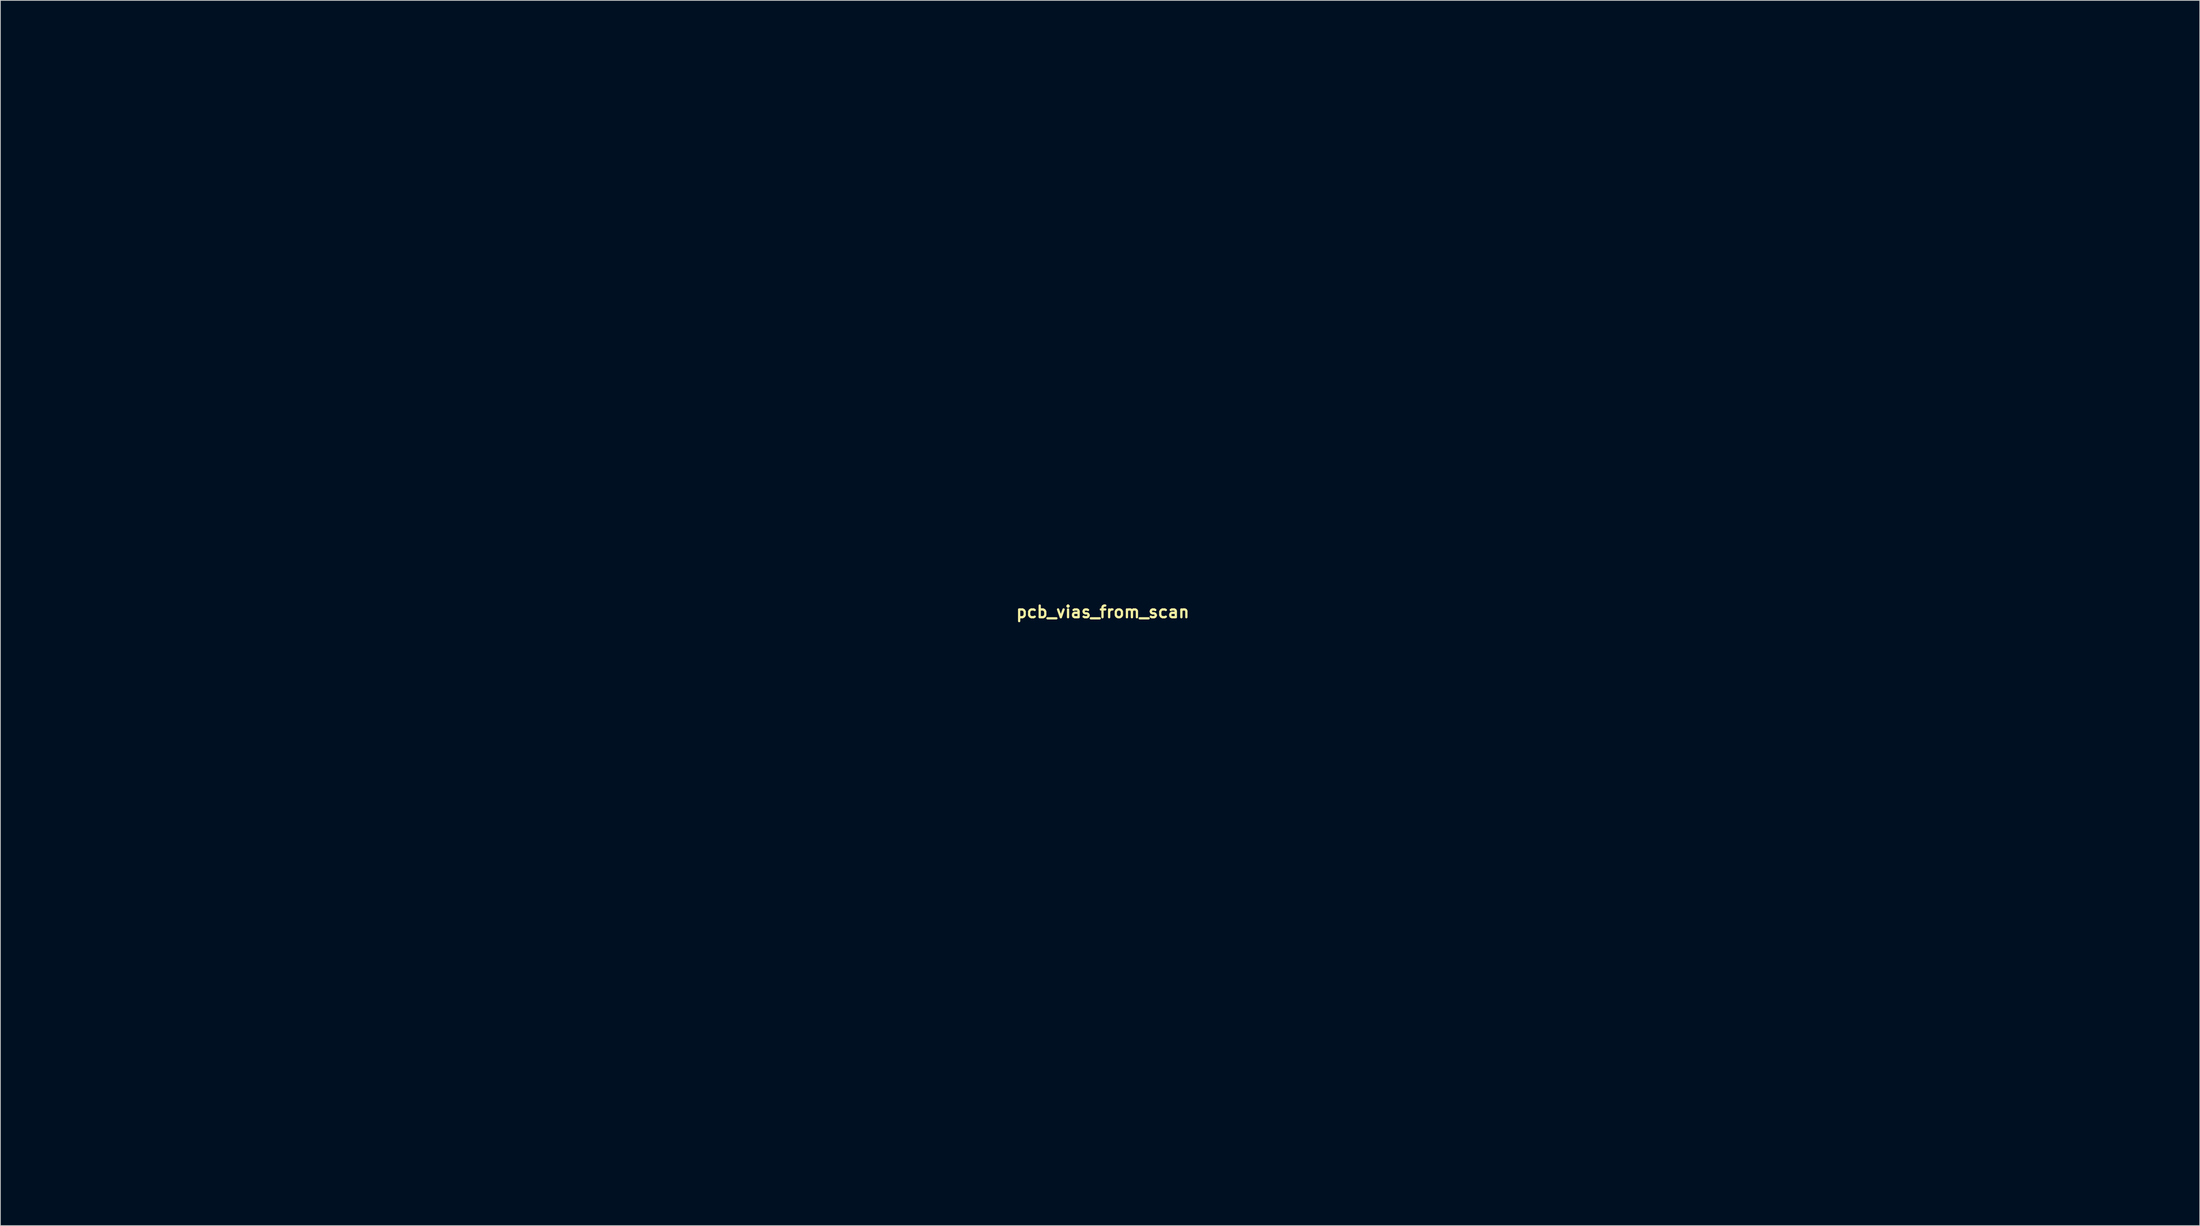
<source format=kicad_pcb>
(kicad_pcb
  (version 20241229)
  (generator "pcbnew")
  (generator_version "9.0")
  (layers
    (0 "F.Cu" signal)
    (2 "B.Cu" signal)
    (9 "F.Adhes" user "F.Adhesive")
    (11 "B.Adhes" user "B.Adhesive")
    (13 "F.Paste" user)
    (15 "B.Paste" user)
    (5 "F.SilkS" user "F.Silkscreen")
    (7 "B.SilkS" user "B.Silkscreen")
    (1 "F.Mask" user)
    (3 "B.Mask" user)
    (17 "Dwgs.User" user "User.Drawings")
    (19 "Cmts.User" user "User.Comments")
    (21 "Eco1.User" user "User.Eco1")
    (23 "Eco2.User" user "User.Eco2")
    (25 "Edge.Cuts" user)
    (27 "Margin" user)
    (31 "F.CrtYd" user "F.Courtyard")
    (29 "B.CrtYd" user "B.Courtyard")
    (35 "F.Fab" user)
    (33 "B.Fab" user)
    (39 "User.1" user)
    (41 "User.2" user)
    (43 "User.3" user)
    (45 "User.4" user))
  (footprint "pcb_vias_from_scan"
    (layer "F.Cu")
    (at 141.011 76.911)
    (property "Reference" "pcb_vias_from_scan" (at 0 0 0) (layer "F.SilkS") (effects (font (size 1.524 1.524) (thickness 0.3))))
    (attr through_hole)
    (fp_poly (pts (xy -139.409 0.635) (xy -139.347 0.882) (xy -139.63 1.35) (xy -139.876 1.411) (xy -140.344 1.129) (xy -140.406 0.882) (xy -140.123 0.414) (xy -139.876 0.353) (xy -139.409 0.635)) (stroke (width 0.01) (type solid)) (fill no) (layer "Eco2.User"))
    (fp_poly (pts (xy -139.409 3.81) (xy -139.347 4.057) (xy -139.63 4.525) (xy -139.876 4.586) (xy -140.344 4.304) (xy -140.406 4.057) (xy -140.123 3.589) (xy -139.876 3.528) (xy -139.409 3.81)) (stroke (width 0.01) (type solid)) (fill no) (layer "Eco2.User"))
    (fp_poly (pts (xy -139.409 6.632) (xy -139.347 6.879) (xy -139.63 7.347) (xy -139.876 7.408) (xy -140.344 7.126) (xy -140.406 6.879) (xy -140.123 6.411) (xy -139.876 6.35) (xy -139.409 6.632)) (stroke (width 0.01) (type solid)) (fill no) (layer "Eco2.User"))
    (fp_poly (pts (xy -135.881 9.807) (xy -135.819 10.054) (xy -136.102 10.522) (xy -136.349 10.583) (xy -136.816 10.301) (xy -136.878 10.054) (xy -136.595 9.586) (xy -136.349 9.525) (xy -135.881 9.807)) (stroke (width 0.01) (type solid)) (fill no) (layer "Eco2.User"))
    (fp_poly (pts (xy -135.175 29.563) (xy -135.114 29.81) (xy -135.396 30.277) (xy -135.643 30.339) (xy -136.111 30.057) (xy -136.172 29.81) (xy -135.89 29.342) (xy -135.643 29.281) (xy -135.175 29.563)) (stroke (width 0.01) (type solid)) (fill no) (layer "Eco2.User"))
    (fp_poly (pts (xy -130.589 -28.293) (xy -130.528 -28.046) (xy -130.81 -27.578) (xy -131.057 -27.517) (xy -131.525 -27.799) (xy -131.586 -28.046) (xy -131.304 -28.514) (xy -131.057 -28.575) (xy -130.589 -28.293)) (stroke (width 0.01) (type solid)) (fill no) (layer "Eco2.User"))
    (fp_poly (pts (xy -129.884 -8.89) (xy -129.822 -8.643) (xy -130.105 -8.175) (xy -130.351 -8.114) (xy -130.819 -8.396) (xy -130.881 -8.643) (xy -130.598 -9.111) (xy -130.351 -9.172) (xy -129.884 -8.89)) (stroke (width 0.01) (type solid)) (fill no) (layer "Eco2.User"))
    (fp_poly (pts (xy -129.178 13.335) (xy -129.117 13.582) (xy -129.399 14.05) (xy -129.646 14.111) (xy -130.114 13.829) (xy -130.175 13.582) (xy -129.893 13.114) (xy -129.646 13.053) (xy -129.178 13.335)) (stroke (width 0.01) (type solid)) (fill no) (layer "Eco2.User"))
    (fp_poly (pts (xy -127.767 49.671) (xy -127.706 49.918) (xy -127.988 50.386) (xy -128.235 50.447) (xy -128.702 50.165) (xy -128.764 49.918) (xy -128.482 49.45) (xy -128.235 49.389) (xy -127.767 49.671)) (stroke (width 0.01) (type solid)) (fill no) (layer "Eco2.User"))
    (fp_poly (pts (xy -121.77 2.752) (xy -121.708 2.999) (xy -121.991 3.466) (xy -122.237 3.528) (xy -122.705 3.245) (xy -122.767 2.999) (xy -122.484 2.531) (xy -122.237 2.469) (xy -121.77 2.752)) (stroke (width 0.01) (type solid)) (fill no) (layer "Eco2.User"))
    (fp_poly (pts (xy -117.184 -49.812) (xy -117.122 -49.565) (xy -117.405 -49.098) (xy -117.651 -49.036) (xy -118.119 -49.318) (xy -118.181 -49.565) (xy -117.898 -50.033) (xy -117.651 -50.094) (xy -117.184 -49.812)) (stroke (width 0.01) (type solid)) (fill no) (layer "Eco2.User"))
    (fp_poly (pts (xy -109.775 57.432) (xy -109.714 57.679) (xy -109.996 58.147) (xy -110.243 58.208) (xy -110.711 57.926) (xy -110.772 57.679) (xy -110.49 57.211) (xy -110.243 57.15) (xy -109.775 57.432)) (stroke (width 0.01) (type solid)) (fill no) (layer "Eco2.User"))
    (fp_poly (pts (xy -106.248 -42.404) (xy -106.186 -42.157) (xy -106.468 -41.689) (xy -106.715 -41.628) (xy -107.183 -41.91) (xy -107.244 -42.157) (xy -106.962 -42.625) (xy -106.715 -42.686) (xy -106.248 -42.404)) (stroke (width 0.01) (type solid)) (fill no) (layer "Eco2.User"))
    (fp_poly (pts (xy -106.248 -39.229) (xy -106.186 -38.982) (xy -106.468 -38.514) (xy -106.715 -38.453) (xy -107.183 -38.735) (xy -107.244 -38.982) (xy -106.962 -39.45) (xy -106.715 -39.511) (xy -106.248 -39.229)) (stroke (width 0.01) (type solid)) (fill no) (layer "Eco2.User"))
    (fp_poly (pts (xy -105.189 0.635) (xy -105.128 0.882) (xy -105.41 1.35) (xy -105.657 1.411) (xy -106.125 1.129) (xy -106.186 0.882) (xy -105.904 0.414) (xy -105.657 0.353) (xy -105.189 0.635)) (stroke (width 0.01) (type solid)) (fill no) (layer "Eco2.User"))
    (fp_poly (pts (xy -104.484 -21.237) (xy -104.422 -20.99) (xy -104.705 -20.523) (xy -104.951 -20.461) (xy -105.419 -20.743) (xy -105.481 -20.99) (xy -105.198 -21.458) (xy -104.951 -21.519) (xy -104.484 -21.237)) (stroke (width 0.01) (type solid)) (fill no) (layer "Eco2.User"))
    (fp_poly (pts (xy -104.131 -18.062) (xy -104.069 -17.815) (xy -104.352 -17.348) (xy -104.599 -17.286) (xy -105.066 -17.568) (xy -105.128 -17.815) (xy -104.845 -18.283) (xy -104.599 -18.344) (xy -104.131 -18.062)) (stroke (width 0.01) (type solid)) (fill no) (layer "Eco2.User"))
    (fp_poly (pts (xy -104.131 -14.887) (xy -104.069 -14.64) (xy -104.352 -14.173) (xy -104.599 -14.111) (xy -105.066 -14.393) (xy -105.128 -14.64) (xy -104.845 -15.108) (xy -104.599 -15.169) (xy -104.131 -14.887)) (stroke (width 0.01) (type solid)) (fill no) (layer "Eco2.User"))
    (fp_poly (pts (xy -103.425 -4.657) (xy -103.364 -4.41) (xy -103.646 -3.942) (xy -103.893 -3.881) (xy -104.361 -4.163) (xy -104.422 -4.41) (xy -104.14 -4.877) (xy -103.893 -4.939) (xy -103.425 -4.657)) (stroke (width 0.01) (type solid)) (fill no) (layer "Eco2.User"))
    (fp_poly (pts (xy -99.262 7.629) (xy -99.131 7.938) (xy -99.425 8.368) (xy -99.836 8.467) (xy -100.411 8.246) (xy -100.542 7.938) (xy -100.248 7.507) (xy -99.836 7.408) (xy -99.262 7.629)) (stroke (width 0.01) (type solid)) (fill no) (layer "Eco2.User"))
    (fp_poly (pts (xy -97.075 -44.52) (xy -97.014 -44.274) (xy -97.296 -43.806) (xy -97.543 -43.744) (xy -98.011 -44.027) (xy -98.072 -44.274) (xy -97.79 -44.741) (xy -97.543 -44.803) (xy -97.075 -44.52)) (stroke (width 0.01) (type solid)) (fill no) (layer "Eco2.User"))
    (fp_poly (pts (xy -94.253 -44.168) (xy -94.192 -43.921) (xy -94.474 -43.453) (xy -94.721 -43.392) (xy -95.189 -43.674) (xy -95.25 -43.921) (xy -94.968 -44.389) (xy -94.721 -44.45) (xy -94.253 -44.168)) (stroke (width 0.01) (type solid)) (fill no) (layer "Eco2.User"))
    (fp_poly (pts (xy -91.784 -30.057) (xy -91.722 -29.81) (xy -92.005 -29.342) (xy -92.251 -29.281) (xy -92.719 -29.563) (xy -92.781 -29.81) (xy -92.498 -30.277) (xy -92.251 -30.339) (xy -91.784 -30.057)) (stroke (width 0.01) (type solid)) (fill no) (layer "Eco2.User"))
    (fp_poly (pts (xy -91.784 -27.587) (xy -91.722 -27.34) (xy -92.005 -26.873) (xy -92.251 -26.811) (xy -92.719 -27.093) (xy -92.781 -27.34) (xy -92.498 -27.808) (xy -92.251 -27.869) (xy -91.784 -27.587)) (stroke (width 0.01) (type solid)) (fill no) (layer "Eco2.User"))
    (fp_poly (pts (xy -91.431 39.793) (xy -91.369 40.04) (xy -91.652 40.508) (xy -91.899 40.569) (xy -92.366 40.287) (xy -92.428 40.04) (xy -92.145 39.573) (xy -91.899 39.511) (xy -91.431 39.793)) (stroke (width 0.01) (type solid)) (fill no) (layer "Eco2.User"))
    (fp_poly (pts (xy -90.725 -14.182) (xy -90.664 -13.935) (xy -90.946 -13.467) (xy -91.193 -13.406) (xy -91.661 -13.688) (xy -91.722 -13.935) (xy -91.44 -14.402) (xy -91.193 -14.464) (xy -90.725 -14.182)) (stroke (width 0.01) (type solid)) (fill no) (layer "Eco2.User"))
    (fp_poly (pts (xy -89.314 14.041) (xy -89.253 14.287) (xy -89.535 14.755) (xy -89.782 14.817) (xy -90.25 14.534) (xy -90.311 14.287) (xy -90.029 13.82) (xy -89.782 13.758) (xy -89.314 14.041)) (stroke (width 0.01) (type solid)) (fill no) (layer "Eco2.User"))
    (fp_poly (pts (xy -89.314 16.157) (xy -89.253 16.404) (xy -89.535 16.872) (xy -89.782 16.933) (xy -90.25 16.651) (xy -90.311 16.404) (xy -90.029 15.936) (xy -89.782 15.875) (xy -89.314 16.157)) (stroke (width 0.01) (type solid)) (fill no) (layer "Eco2.User"))
    (fp_poly (pts (xy -88.961 40.146) (xy -88.9 40.393) (xy -89.182 40.861) (xy -89.429 40.922) (xy -89.897 40.64) (xy -89.958 40.393) (xy -89.676 39.925) (xy -89.429 39.864) (xy -88.961 40.146)) (stroke (width 0.01) (type solid)) (fill no) (layer "Eco2.User"))
    (fp_poly (pts (xy -88.609 64.841) (xy -88.547 65.088) (xy -88.83 65.555) (xy -89.076 65.617) (xy -89.544 65.334) (xy -89.606 65.088) (xy -89.323 64.62) (xy -89.076 64.558) (xy -88.609 64.841)) (stroke (width 0.01) (type solid)) (fill no) (layer "Eco2.User"))
    (fp_poly (pts (xy -87.55 -8.184) (xy -87.489 -7.938) (xy -87.771 -7.47) (xy -88.018 -7.408) (xy -88.486 -7.691) (xy -88.547 -7.938) (xy -88.265 -8.405) (xy -88.018 -8.467) (xy -87.55 -8.184)) (stroke (width 0.01) (type solid)) (fill no) (layer "Eco2.User"))
    (fp_poly (pts (xy -85.786 38.382) (xy -85.725 38.629) (xy -86.007 39.097) (xy -86.254 39.158) (xy -86.722 38.876) (xy -86.783 38.629) (xy -86.501 38.161) (xy -86.254 38.1) (xy -85.786 38.382)) (stroke (width 0.01) (type solid)) (fill no) (layer "Eco2.User"))
    (fp_poly (pts (xy -81.553 18.274) (xy -81.492 18.521) (xy -81.774 18.989) (xy -82.021 19.05) (xy -82.489 18.768) (xy -82.55 18.521) (xy -82.268 18.053) (xy -82.021 17.992) (xy -81.553 18.274)) (stroke (width 0.01) (type solid)) (fill no) (layer "Eco2.User"))
    (fp_poly (pts (xy -81.553 27.093) (xy -81.492 27.34) (xy -81.774 27.808) (xy -82.021 27.869) (xy -82.489 27.587) (xy -82.55 27.34) (xy -82.268 26.873) (xy -82.021 26.811) (xy -81.553 27.093)) (stroke (width 0.01) (type solid)) (fill no) (layer "Eco2.User"))
    (fp_poly (pts (xy -80.142 21.449) (xy -80.081 21.696) (xy -80.363 22.164) (xy -80.61 22.225) (xy -81.077 21.943) (xy -81.139 21.696) (xy -80.857 21.228) (xy -80.61 21.167) (xy -80.142 21.449)) (stroke (width 0.01) (type solid)) (fill no) (layer "Eco2.User"))
    (fp_poly (pts (xy -79.436 -43.462) (xy -79.375 -43.215) (xy -79.657 -42.748) (xy -79.904 -42.686) (xy -80.372 -42.968) (xy -80.433 -43.215) (xy -80.151 -43.683) (xy -79.904 -43.744) (xy -79.436 -43.462)) (stroke (width 0.01) (type solid)) (fill no) (layer "Eco2.User"))
    (fp_poly (pts (xy -79.436 -40.64) (xy -79.375 -40.393) (xy -79.657 -39.925) (xy -79.904 -39.864) (xy -80.372 -40.146) (xy -80.433 -40.393) (xy -80.151 -40.861) (xy -79.904 -40.922) (xy -79.436 -40.64)) (stroke (width 0.01) (type solid)) (fill no) (layer "Eco2.User"))
    (fp_poly (pts (xy -77.673 -30.057) (xy -77.611 -29.81) (xy -77.893 -29.342) (xy -78.14 -29.281) (xy -78.608 -29.563) (xy -78.669 -29.81) (xy -78.387 -30.277) (xy -78.14 -30.339) (xy -77.673 -30.057)) (stroke (width 0.01) (type solid)) (fill no) (layer "Eco2.User"))
    (fp_poly (pts (xy -75.24 -42.392) (xy -75.142 -41.981) (xy -75.362 -41.406) (xy -75.671 -41.275) (xy -76.102 -41.569) (xy -76.2 -41.981) (xy -75.979 -42.555) (xy -75.671 -42.686) (xy -75.24 -42.392)) (stroke (width 0.01) (type solid)) (fill no) (layer "Eco2.User"))
    (fp_poly (pts (xy -75.203 39.441) (xy -75.142 39.688) (xy -75.424 40.155) (xy -75.671 40.217) (xy -76.139 39.934) (xy -76.2 39.688) (xy -75.918 39.22) (xy -75.671 39.158) (xy -75.203 39.441)) (stroke (width 0.01) (type solid)) (fill no) (layer "Eco2.User"))
    (fp_poly (pts (xy -75.203 53.552) (xy -75.142 53.799) (xy -75.424 54.266) (xy -75.671 54.328) (xy -76.139 54.045) (xy -76.2 53.799) (xy -75.918 53.331) (xy -75.671 53.269) (xy -75.203 53.552)) (stroke (width 0.01) (type solid)) (fill no) (layer "Eco2.User"))
    (fp_poly (pts (xy -74.498 -28.998) (xy -74.436 -28.751) (xy -74.718 -28.284) (xy -74.965 -28.222) (xy -75.433 -28.505) (xy -75.494 -28.751) (xy -75.212 -29.219) (xy -74.965 -29.281) (xy -74.498 -28.998)) (stroke (width 0.01) (type solid)) (fill no) (layer "Eco2.User"))
    (fp_poly (pts (xy -73.792 36.266) (xy -73.731 36.513) (xy -74.013 36.98) (xy -74.26 37.042) (xy -74.727 36.759) (xy -74.789 36.513) (xy -74.507 36.045) (xy -74.26 35.983) (xy -73.792 36.266)) (stroke (width 0.01) (type solid)) (fill no) (layer "Eco2.User"))
    (fp_poly (pts (xy -73.439 23.213) (xy -73.378 23.46) (xy -73.66 23.927) (xy -73.907 23.989) (xy -74.375 23.707) (xy -74.436 23.46) (xy -74.154 22.992) (xy -73.907 22.931) (xy -73.439 23.213)) (stroke (width 0.01) (type solid)) (fill no) (layer "Eco2.User"))
    (fp_poly (pts (xy -72.734 16.51) (xy -72.672 16.757) (xy -72.955 17.225) (xy -73.201 17.286) (xy -73.669 17.004) (xy -73.731 16.757) (xy -73.448 16.289) (xy -73.201 16.228) (xy -72.734 16.51)) (stroke (width 0.01) (type solid)) (fill no) (layer "Eco2.User"))
    (fp_poly (pts (xy -72.734 59.902) (xy -72.672 60.149) (xy -72.955 60.616) (xy -73.201 60.678) (xy -73.669 60.395) (xy -73.731 60.149) (xy -73.448 59.681) (xy -73.201 59.619) (xy -72.734 59.902)) (stroke (width 0.01) (type solid)) (fill no) (layer "Eco2.User"))
    (fp_poly (pts (xy -70.97 -2.54) (xy -70.908 -2.293) (xy -71.191 -1.825) (xy -71.438 -1.764) (xy -71.905 -2.046) (xy -71.967 -2.293) (xy -71.684 -2.761) (xy -71.438 -2.822) (xy -70.97 -2.54)) (stroke (width 0.01) (type solid)) (fill no) (layer "Eco2.User"))
    (fp_poly (pts (xy -70.97 5.221) (xy -70.908 5.468) (xy -71.191 5.936) (xy -71.438 5.997) (xy -71.905 5.715) (xy -71.967 5.468) (xy -71.684 5) (xy -71.438 4.939) (xy -70.97 5.221)) (stroke (width 0.01) (type solid)) (fill no) (layer "Eco2.User"))
    (fp_poly (pts (xy -70.264 39.793) (xy -70.203 40.04) (xy -70.485 40.508) (xy -70.732 40.569) (xy -71.2 40.287) (xy -71.261 40.04) (xy -70.979 39.573) (xy -70.732 39.511) (xy -70.264 39.793)) (stroke (width 0.01) (type solid)) (fill no) (layer "Eco2.User"))
    (fp_poly (pts (xy -69.559 -46.284) (xy -69.497 -46.038) (xy -69.78 -45.57) (xy -70.026 -45.508) (xy -70.494 -45.791) (xy -70.556 -46.038) (xy -70.273 -46.505) (xy -70.026 -46.567) (xy -69.559 -46.284)) (stroke (width 0.01) (type solid)) (fill no) (layer "Eco2.User"))
    (fp_poly (pts (xy -68.5 -9.948) (xy -68.439 -9.701) (xy -68.721 -9.234) (xy -68.968 -9.172) (xy -69.436 -9.455) (xy -69.497 -9.701) (xy -69.215 -10.169) (xy -68.968 -10.231) (xy -68.5 -9.948)) (stroke (width 0.01) (type solid)) (fill no) (layer "Eco2.User"))
    (fp_poly (pts (xy -68.5 19.685) (xy -68.439 19.932) (xy -68.721 20.4) (xy -68.968 20.461) (xy -69.436 20.179) (xy -69.497 19.932) (xy -69.215 19.464) (xy -68.968 19.403) (xy -68.5 19.685)) (stroke (width 0.01) (type solid)) (fill no) (layer "Eco2.User"))
    (fp_poly (pts (xy -68.5 34.855) (xy -68.439 35.101) (xy -68.721 35.569) (xy -68.968 35.631) (xy -69.436 35.348) (xy -69.497 35.101) (xy -69.215 34.634) (xy -68.968 34.572) (xy -68.5 34.855)) (stroke (width 0.01) (type solid)) (fill no) (layer "Eco2.User"))
    (fp_poly (pts (xy -67.442 32.385) (xy -67.381 32.632) (xy -67.663 33.1) (xy -67.91 33.161) (xy -68.377 32.879) (xy -68.439 32.632) (xy -68.157 32.164) (xy -67.91 32.103) (xy -67.442 32.385)) (stroke (width 0.01) (type solid)) (fill no) (layer "Eco2.User"))
    (fp_poly (pts (xy -67.442 36.618) (xy -67.381 36.865) (xy -67.663 37.333) (xy -67.91 37.394) (xy -68.377 37.112) (xy -68.439 36.865) (xy -68.157 36.398) (xy -67.91 36.336) (xy -67.442 36.618)) (stroke (width 0.01) (type solid)) (fill no) (layer "Eco2.User"))
    (fp_poly (pts (xy -67.126 29.575) (xy -67.028 29.986) (xy -67.248 30.561) (xy -67.557 30.692) (xy -67.988 30.398) (xy -68.086 29.986) (xy -67.866 29.412) (xy -67.557 29.281) (xy -67.126 29.575)) (stroke (width 0.01) (type solid)) (fill no) (layer "Eco2.User"))
    (fp_poly (pts (xy -67.089 39.793) (xy -67.028 40.04) (xy -67.31 40.508) (xy -67.557 40.569) (xy -68.025 40.287) (xy -68.086 40.04) (xy -67.804 39.573) (xy -67.557 39.511) (xy -67.089 39.793)) (stroke (width 0.01) (type solid)) (fill no) (layer "Eco2.User"))
    (fp_poly (pts (xy -66.384 63.43) (xy -66.322 63.676) (xy -66.605 64.144) (xy -66.851 64.206) (xy -67.319 63.923) (xy -67.381 63.676) (xy -67.098 63.209) (xy -66.851 63.147) (xy -66.384 63.43)) (stroke (width 0.01) (type solid)) (fill no) (layer "Eco2.User"))
    (fp_poly (pts (xy -65.325 62.018) (xy -65.264 62.265) (xy -65.546 62.733) (xy -65.793 62.794) (xy -66.261 62.512) (xy -66.322 62.265) (xy -66.04 61.798) (xy -65.793 61.736) (xy -65.325 62.018)) (stroke (width 0.01) (type solid)) (fill no) (layer "Eco2.User"))
    (fp_poly (pts (xy -64.973 44.38) (xy -64.911 44.626) (xy -65.193 45.094) (xy -65.44 45.156) (xy -65.908 44.873) (xy -65.969 44.626) (xy -65.687 44.159) (xy -65.44 44.097) (xy -64.973 44.38)) (stroke (width 0.01) (type solid)) (fill no) (layer "Eco2.User"))
    (fp_poly (pts (xy -64.62 -32.173) (xy -64.558 -31.926) (xy -64.841 -31.459) (xy -65.088 -31.397) (xy -65.555 -31.68) (xy -65.617 -31.926) (xy -65.334 -32.394) (xy -65.088 -32.456) (xy -64.62 -32.173)) (stroke (width 0.01) (type solid)) (fill no) (layer "Eco2.User"))
    (fp_poly (pts (xy -64.62 -27.94) (xy -64.558 -27.693) (xy -64.841 -27.225) (xy -65.088 -27.164) (xy -65.555 -27.446) (xy -65.617 -27.693) (xy -65.334 -28.161) (xy -65.088 -28.222) (xy -64.62 -27.94)) (stroke (width 0.01) (type solid)) (fill no) (layer "Eco2.User"))
    (fp_poly (pts (xy -63.914 60.96) (xy -63.853 61.207) (xy -64.135 61.675) (xy -64.382 61.736) (xy -64.85 61.454) (xy -64.911 61.207) (xy -64.629 60.739) (xy -64.382 60.678) (xy -63.914 60.96)) (stroke (width 0.01) (type solid)) (fill no) (layer "Eco2.User"))
    (fp_poly (pts (xy -62.503 -32.526) (xy -62.442 -32.279) (xy -62.724 -31.811) (xy -62.971 -31.75) (xy -63.439 -32.032) (xy -63.5 -32.279) (xy -63.218 -32.747) (xy -62.971 -32.808) (xy -62.503 -32.526)) (stroke (width 0.01) (type solid)) (fill no) (layer "Eco2.User"))
    (fp_poly (pts (xy -62.503 -27.94) (xy -62.442 -27.693) (xy -62.724 -27.225) (xy -62.971 -27.164) (xy -63.439 -27.446) (xy -63.5 -27.693) (xy -63.218 -28.161) (xy -62.971 -28.222) (xy -62.503 -27.94)) (stroke (width 0.01) (type solid)) (fill no) (layer "Eco2.User"))
    (fp_poly (pts (xy -62.503 36.618) (xy -62.442 36.865) (xy -62.724 37.333) (xy -62.971 37.394) (xy -63.439 37.112) (xy -63.5 36.865) (xy -63.218 36.398) (xy -62.971 36.336) (xy -62.503 36.618)) (stroke (width 0.01) (type solid)) (fill no) (layer "Eco2.User"))
    (fp_poly (pts (xy -62.187 50.741) (xy -62.089 51.153) (xy -62.309 51.727) (xy -62.618 51.858) (xy -63.049 51.564) (xy -63.147 51.153) (xy -62.927 50.578) (xy -62.618 50.447) (xy -62.187 50.741)) (stroke (width 0.01) (type solid)) (fill no) (layer "Eco2.User"))
    (fp_poly (pts (xy -62.15 -52.987) (xy -62.089 -52.74) (xy -62.371 -52.273) (xy -62.618 -52.211) (xy -63.086 -52.493) (xy -63.147 -52.74) (xy -62.865 -53.208) (xy -62.618 -53.269) (xy -62.15 -52.987)) (stroke (width 0.01) (type solid)) (fill no) (layer "Eco2.User"))
    (fp_poly (pts (xy -62.15 44.732) (xy -62.089 44.979) (xy -62.371 45.447) (xy -62.618 45.508) (xy -63.086 45.226) (xy -63.147 44.979) (xy -62.865 44.511) (xy -62.618 44.45) (xy -62.15 44.732)) (stroke (width 0.01) (type solid)) (fill no) (layer "Eco2.User"))
    (fp_poly (pts (xy -61.798 -31.115) (xy -61.736 -30.868) (xy -62.018 -30.4) (xy -62.265 -30.339) (xy -62.733 -30.621) (xy -62.794 -30.868) (xy -62.512 -31.336) (xy -62.265 -31.397) (xy -61.798 -31.115)) (stroke (width 0.01) (type solid)) (fill no) (layer "Eco2.User"))
    (fp_poly (pts (xy -61.445 -37.818) (xy -61.383 -37.571) (xy -61.666 -37.103) (xy -61.913 -37.042) (xy -62.38 -37.324) (xy -62.442 -37.571) (xy -62.159 -38.039) (xy -61.913 -38.1) (xy -61.445 -37.818)) (stroke (width 0.01) (type solid)) (fill no) (layer "Eco2.User"))
    (fp_poly (pts (xy -61.092 -19.473) (xy -61.031 -19.226) (xy -61.313 -18.759) (xy -61.56 -18.697) (xy -62.027 -18.98) (xy -62.089 -19.226) (xy -61.807 -19.694) (xy -61.56 -19.756) (xy -61.092 -19.473)) (stroke (width 0.01) (type solid)) (fill no) (layer "Eco2.User"))
    (fp_poly (pts (xy -60.386 -28.998) (xy -60.325 -28.751) (xy -60.607 -28.284) (xy -60.854 -28.222) (xy -61.322 -28.505) (xy -61.383 -28.751) (xy -61.101 -29.219) (xy -60.854 -29.281) (xy -60.386 -28.998)) (stroke (width 0.01) (type solid)) (fill no) (layer "Eco2.User"))
    (fp_poly (pts (xy -60.034 -34.995) (xy -59.972 -34.749) (xy -60.255 -34.281) (xy -60.501 -34.219) (xy -60.969 -34.502) (xy -61.031 -34.749) (xy -60.748 -35.216) (xy -60.501 -35.278) (xy -60.034 -34.995)) (stroke (width 0.01) (type solid)) (fill no) (layer "Eco2.User"))
    (fp_poly (pts (xy -60.034 -32.879) (xy -59.972 -32.632) (xy -60.255 -32.164) (xy -60.501 -32.103) (xy -60.969 -32.385) (xy -61.031 -32.632) (xy -60.748 -33.1) (xy -60.501 -33.161) (xy -60.034 -32.879)) (stroke (width 0.01) (type solid)) (fill no) (layer "Eco2.User"))
    (fp_poly (pts (xy -60.034 -8.89) (xy -59.972 -8.643) (xy -60.255 -8.175) (xy -60.501 -8.114) (xy -60.969 -8.396) (xy -61.031 -8.643) (xy -60.748 -9.111) (xy -60.501 -9.172) (xy -60.034 -8.89)) (stroke (width 0.01) (type solid)) (fill no) (layer "Eco2.User"))
    (fp_poly (pts (xy -60.034 10.513) (xy -59.972 10.76) (xy -60.255 11.227) (xy -60.501 11.289) (xy -60.969 11.007) (xy -61.031 10.76) (xy -60.748 10.292) (xy -60.501 10.231) (xy -60.034 10.513)) (stroke (width 0.01) (type solid)) (fill no) (layer "Eco2.User"))
    (fp_poly (pts (xy -60.034 57.432) (xy -59.972 57.679) (xy -60.255 58.147) (xy -60.501 58.208) (xy -60.969 57.926) (xy -61.031 57.679) (xy -60.748 57.211) (xy -60.501 57.15) (xy -60.034 57.432)) (stroke (width 0.01) (type solid)) (fill no) (layer "Eco2.User"))
    (fp_poly (pts (xy -58.975 -5.009) (xy -58.914 -4.763) (xy -59.196 -4.295) (xy -59.443 -4.233) (xy -59.911 -4.516) (xy -59.972 -4.763) (xy -59.69 -5.23) (xy -59.443 -5.292) (xy -58.975 -5.009)) (stroke (width 0.01) (type solid)) (fill no) (layer "Eco2.User"))
    (fp_poly (pts (xy -58.623 -7.479) (xy -58.561 -7.232) (xy -58.843 -6.764) (xy -59.09 -6.703) (xy -59.558 -6.985) (xy -59.619 -7.232) (xy -59.337 -7.7) (xy -59.09 -7.761) (xy -58.623 -7.479)) (stroke (width 0.01) (type solid)) (fill no) (layer "Eco2.User"))
    (fp_poly (pts (xy -58.623 64.488) (xy -58.561 64.735) (xy -58.843 65.202) (xy -59.09 65.264) (xy -59.558 64.982) (xy -59.619 64.735) (xy -59.337 64.267) (xy -59.09 64.206) (xy -58.623 64.488)) (stroke (width 0.01) (type solid)) (fill no) (layer "Eco2.User"))
    (fp_poly (pts (xy -57.564 63.077) (xy -57.503 63.324) (xy -57.785 63.791) (xy -58.032 63.853) (xy -58.5 63.57) (xy -58.561 63.324) (xy -58.279 62.856) (xy -58.032 62.794) (xy -57.564 63.077)) (stroke (width 0.01) (type solid)) (fill no) (layer "Eco2.User"))
    (fp_poly (pts (xy -57.211 55.668) (xy -57.15 55.915) (xy -57.432 56.383) (xy -57.679 56.444) (xy -58.147 56.162) (xy -58.208 55.915) (xy -57.926 55.448) (xy -57.679 55.386) (xy -57.211 55.668)) (stroke (width 0.01) (type solid)) (fill no) (layer "Eco2.User"))
    (fp_poly (pts (xy -56.543 -3.234) (xy -56.444 -2.822) (xy -56.665 -2.248) (xy -56.974 -2.117) (xy -57.405 -2.411) (xy -57.503 -2.822) (xy -57.282 -3.397) (xy -56.974 -3.528) (xy -56.543 -3.234)) (stroke (width 0.01) (type solid)) (fill no) (layer "Eco2.User"))
    (fp_poly (pts (xy -56.506 -52.987) (xy -56.444 -52.74) (xy -56.727 -52.273) (xy -56.974 -52.211) (xy -57.441 -52.493) (xy -57.503 -52.74) (xy -57.22 -53.208) (xy -56.974 -53.269) (xy -56.506 -52.987)) (stroke (width 0.01) (type solid)) (fill no) (layer "Eco2.User"))
    (fp_poly (pts (xy -56.153 -19.826) (xy -56.092 -19.579) (xy -56.374 -19.111) (xy -56.621 -19.05) (xy -57.089 -19.332) (xy -57.15 -19.579) (xy -56.868 -20.047) (xy -56.621 -20.108) (xy -56.153 -19.826)) (stroke (width 0.01) (type solid)) (fill no) (layer "Eco2.User"))
    (fp_poly (pts (xy -55.448 -37.112) (xy -55.386 -36.865) (xy -55.668 -36.398) (xy -55.915 -36.336) (xy -56.383 -36.618) (xy -56.444 -36.865) (xy -56.162 -37.333) (xy -55.915 -37.394) (xy -55.448 -37.112)) (stroke (width 0.01) (type solid)) (fill no) (layer "Eco2.User"))
    (fp_poly (pts (xy -55.448 16.51) (xy -55.386 16.757) (xy -55.668 17.225) (xy -55.915 17.286) (xy -56.383 17.004) (xy -56.444 16.757) (xy -56.162 16.289) (xy -55.915 16.228) (xy -55.448 16.51)) (stroke (width 0.01) (type solid)) (fill no) (layer "Eco2.User"))
    (fp_poly (pts (xy -55.095 -7.126) (xy -55.033 -6.879) (xy -55.316 -6.411) (xy -55.562 -6.35) (xy -56.03 -6.632) (xy -56.092 -6.879) (xy -55.809 -7.347) (xy -55.562 -7.408) (xy -55.095 -7.126)) (stroke (width 0.01) (type solid)) (fill no) (layer "Eco2.User"))
    (fp_poly (pts (xy -55.095 53.552) (xy -55.033 53.799) (xy -55.316 54.266) (xy -55.562 54.328) (xy -56.03 54.045) (xy -56.092 53.799) (xy -55.809 53.331) (xy -55.562 53.269) (xy -55.095 53.552)) (stroke (width 0.01) (type solid)) (fill no) (layer "Eco2.User"))
    (fp_poly (pts (xy -54.742 48.26) (xy -54.681 48.507) (xy -54.963 48.975) (xy -55.21 49.036) (xy -55.677 48.754) (xy -55.739 48.507) (xy -55.457 48.039) (xy -55.21 47.978) (xy -54.742 48.26)) (stroke (width 0.01) (type solid)) (fill no) (layer "Eco2.User"))
    (fp_poly (pts (xy -53.331 66.605) (xy -53.269 66.851) (xy -53.552 67.319) (xy -53.799 67.381) (xy -54.266 67.098) (xy -54.328 66.851) (xy -54.045 66.384) (xy -53.799 66.322) (xy -53.331 66.605)) (stroke (width 0.01) (type solid)) (fill no) (layer "Eco2.User"))
    (fp_poly (pts (xy -52.978 50.73) (xy -52.917 50.976) (xy -53.199 51.444) (xy -53.446 51.506) (xy -53.914 51.223) (xy -53.975 50.976) (xy -53.693 50.509) (xy -53.446 50.447) (xy -52.978 50.73)) (stroke (width 0.01) (type solid)) (fill no) (layer "Eco2.User"))
    (fp_poly (pts (xy -51.567 -19.826) (xy -51.506 -19.579) (xy -51.788 -19.111) (xy -52.035 -19.05) (xy -52.502 -19.332) (xy -52.564 -19.579) (xy -52.282 -20.047) (xy -52.035 -20.108) (xy -51.567 -19.826)) (stroke (width 0.01) (type solid)) (fill no) (layer "Eco2.User"))
    (fp_poly (pts (xy -51.567 -13.476) (xy -51.506 -13.229) (xy -51.788 -12.761) (xy -52.035 -12.7) (xy -52.502 -12.982) (xy -52.564 -13.229) (xy -52.282 -13.697) (xy -52.035 -13.758) (xy -51.567 -13.476)) (stroke (width 0.01) (type solid)) (fill no) (layer "Eco2.User"))
    (fp_poly (pts (xy -51.567 5.927) (xy -51.506 6.174) (xy -51.788 6.641) (xy -52.035 6.703) (xy -52.502 6.42) (xy -52.564 6.174) (xy -52.282 5.706) (xy -52.035 5.644) (xy -51.567 5.927)) (stroke (width 0.01) (type solid)) (fill no) (layer "Eco2.User"))
    (fp_poly (pts (xy -51.567 67.663) (xy -51.506 67.91) (xy -51.788 68.377) (xy -52.035 68.439) (xy -52.502 68.157) (xy -52.564 67.91) (xy -52.282 67.442) (xy -52.035 67.381) (xy -51.567 67.663)) (stroke (width 0.01) (type solid)) (fill no) (layer "Eco2.User"))
    (fp_poly (pts (xy -50.861 -52.634) (xy -50.8 -52.388) (xy -51.082 -51.92) (xy -51.329 -51.858) (xy -51.797 -52.141) (xy -51.858 -52.388) (xy -51.576 -52.855) (xy -51.329 -52.917) (xy -50.861 -52.634)) (stroke (width 0.01) (type solid)) (fill no) (layer "Eco2.User"))
    (fp_poly (pts (xy -50.861 -28.645) (xy -50.8 -28.399) (xy -51.082 -27.931) (xy -51.329 -27.869) (xy -51.797 -28.152) (xy -51.858 -28.399) (xy -51.576 -28.866) (xy -51.329 -28.928) (xy -50.861 -28.645)) (stroke (width 0.01) (type solid)) (fill no) (layer "Eco2.User"))
    (fp_poly (pts (xy -49.803 -19.826) (xy -49.742 -19.579) (xy -50.024 -19.111) (xy -50.271 -19.05) (xy -50.739 -19.332) (xy -50.8 -19.579) (xy -50.518 -20.047) (xy -50.271 -20.108) (xy -49.803 -19.826)) (stroke (width 0.01) (type solid)) (fill no) (layer "Eco2.User"))
    (fp_poly (pts (xy -49.803 -14.887) (xy -49.742 -14.64) (xy -50.024 -14.173) (xy -50.271 -14.111) (xy -50.739 -14.393) (xy -50.8 -14.64) (xy -50.518 -15.108) (xy -50.271 -15.169) (xy -49.803 -14.887)) (stroke (width 0.01) (type solid)) (fill no) (layer "Eco2.User"))
    (fp_poly (pts (xy -49.803 38.03) (xy -49.742 38.276) (xy -50.024 38.744) (xy -50.271 38.806) (xy -50.739 38.523) (xy -50.8 38.276) (xy -50.518 37.809) (xy -50.271 37.747) (xy -49.803 38.03)) (stroke (width 0.01) (type solid)) (fill no) (layer "Eco2.User"))
    (fp_poly (pts (xy -49.803 55.316) (xy -49.742 55.562) (xy -50.024 56.03) (xy -50.271 56.092) (xy -50.739 55.809) (xy -50.8 55.562) (xy -50.518 55.095) (xy -50.271 55.033) (xy -49.803 55.316)) (stroke (width 0.01) (type solid)) (fill no) (layer "Eco2.User"))
    (fp_poly (pts (xy -49.098 67.663) (xy -49.036 67.91) (xy -49.318 68.377) (xy -49.565 68.439) (xy -50.033 68.157) (xy -50.094 67.91) (xy -49.812 67.442) (xy -49.565 67.381) (xy -49.098 67.663)) (stroke (width 0.01) (type solid)) (fill no) (layer "Eco2.User"))
    (fp_poly (pts (xy -48.814 11.157) (xy -48.683 11.465) (xy -48.977 11.896) (xy -49.389 11.994) (xy -49.963 11.774) (xy -50.094 11.465) (xy -49.8 11.034) (xy -49.389 10.936) (xy -48.814 11.157)) (stroke (width 0.01) (type solid)) (fill no) (layer "Eco2.User"))
    (fp_poly (pts (xy -48.745 5.927) (xy -48.683 6.174) (xy -48.966 6.641) (xy -49.212 6.703) (xy -49.68 6.42) (xy -49.742 6.174) (xy -49.459 5.706) (xy -49.212 5.644) (xy -48.745 5.927)) (stroke (width 0.01) (type solid)) (fill no) (layer "Eco2.User"))
    (fp_poly (pts (xy -48.039 48.26) (xy -47.978 48.507) (xy -48.26 48.975) (xy -48.507 49.036) (xy -48.975 48.754) (xy -49.036 48.507) (xy -48.754 48.039) (xy -48.507 47.978) (xy -48.039 48.26)) (stroke (width 0.01) (type solid)) (fill no) (layer "Eco2.User"))
    (fp_poly (pts (xy -47.686 -15.24) (xy -47.625 -14.993) (xy -47.907 -14.525) (xy -48.154 -14.464) (xy -48.622 -14.746) (xy -48.683 -14.993) (xy -48.401 -15.461) (xy -48.154 -15.522) (xy -47.686 -15.24)) (stroke (width 0.01) (type solid)) (fill no) (layer "Eco2.User"))
    (fp_poly (pts (xy -47.686 64.135) (xy -47.625 64.382) (xy -47.907 64.85) (xy -48.154 64.911) (xy -48.622 64.629) (xy -48.683 64.382) (xy -48.401 63.914) (xy -48.154 63.853) (xy -47.686 64.135)) (stroke (width 0.01) (type solid)) (fill no) (layer "Eco2.User"))
    (fp_poly (pts (xy -47.334 -19.826) (xy -47.272 -19.579) (xy -47.555 -19.111) (xy -47.801 -19.05) (xy -48.269 -19.332) (xy -48.331 -19.579) (xy -48.048 -20.047) (xy -47.801 -20.108) (xy -47.334 -19.826)) (stroke (width 0.01) (type solid)) (fill no) (layer "Eco2.User"))
    (fp_poly (pts (xy -45.923 5.927) (xy -45.861 6.174) (xy -46.143 6.641) (xy -46.39 6.703) (xy -46.858 6.42) (xy -46.919 6.174) (xy -46.637 5.706) (xy -46.39 5.644) (xy -45.923 5.927)) (stroke (width 0.01) (type solid)) (fill no) (layer "Eco2.User"))
    (fp_poly (pts (xy -45.57 -41.345) (xy -45.508 -41.099) (xy -45.791 -40.631) (xy -46.038 -40.569) (xy -46.505 -40.852) (xy -46.567 -41.099) (xy -46.284 -41.566) (xy -46.038 -41.628) (xy -45.57 -41.345)) (stroke (width 0.01) (type solid)) (fill no) (layer "Eco2.User"))
    (fp_poly (pts (xy -45.57 -16.298) (xy -45.508 -16.051) (xy -45.791 -15.584) (xy -46.038 -15.522) (xy -46.505 -15.805) (xy -46.567 -16.051) (xy -46.284 -16.519) (xy -46.038 -16.581) (xy -45.57 -16.298)) (stroke (width 0.01) (type solid)) (fill no) (layer "Eco2.User"))
    (fp_poly (pts (xy -45.57 64.135) (xy -45.508 64.382) (xy -45.791 64.85) (xy -46.038 64.911) (xy -46.505 64.629) (xy -46.567 64.382) (xy -46.284 63.914) (xy -46.038 63.853) (xy -45.57 64.135)) (stroke (width 0.01) (type solid)) (fill no) (layer "Eco2.User"))
    (fp_poly (pts (xy -45.217 14.393) (xy -45.156 14.64) (xy -45.438 15.108) (xy -45.685 15.169) (xy -46.152 14.887) (xy -46.214 14.64) (xy -45.932 14.173) (xy -45.685 14.111) (xy -45.217 14.393)) (stroke (width 0.01) (type solid)) (fill no) (layer "Eco2.User"))
    (fp_poly (pts (xy -44.159 -52.634) (xy -44.097 -52.388) (xy -44.38 -51.92) (xy -44.626 -51.858) (xy -45.094 -52.141) (xy -45.156 -52.388) (xy -44.873 -52.855) (xy -44.626 -52.917) (xy -44.159 -52.634)) (stroke (width 0.01) (type solid)) (fill no) (layer "Eco2.User"))
    (fp_poly (pts (xy -43.806 -16.651) (xy -43.744 -16.404) (xy -44.027 -15.936) (xy -44.274 -15.875) (xy -44.741 -16.157) (xy -44.803 -16.404) (xy -44.52 -16.872) (xy -44.274 -16.933) (xy -43.806 -16.651)) (stroke (width 0.01) (type solid)) (fill no) (layer "Eco2.User"))
    (fp_poly (pts (xy -43.453 5.927) (xy -43.392 6.174) (xy -43.674 6.641) (xy -43.921 6.703) (xy -44.389 6.42) (xy -44.45 6.174) (xy -44.168 5.706) (xy -43.921 5.644) (xy -43.453 5.927)) (stroke (width 0.01) (type solid)) (fill no) (layer "Eco2.User"))
    (fp_poly (pts (xy -43.1 64.135) (xy -43.039 64.382) (xy -43.321 64.85) (xy -43.568 64.911) (xy -44.036 64.629) (xy -44.097 64.382) (xy -43.815 63.914) (xy -43.568 63.853) (xy -43.1 64.135)) (stroke (width 0.01) (type solid)) (fill no) (layer "Eco2.User"))
    (fp_poly (pts (xy -41.689 65.899) (xy -41.628 66.146) (xy -41.91 66.614) (xy -42.157 66.675) (xy -42.625 66.393) (xy -42.686 66.146) (xy -42.404 65.678) (xy -42.157 65.617) (xy -41.689 65.899)) (stroke (width 0.01) (type solid)) (fill no) (layer "Eco2.User"))
    (fp_poly (pts (xy -40.984 5.574) (xy -40.922 5.821) (xy -41.205 6.289) (xy -41.451 6.35) (xy -41.919 6.068) (xy -41.981 5.821) (xy -41.698 5.353) (xy -41.451 5.292) (xy -40.984 5.574)) (stroke (width 0.01) (type solid)) (fill no) (layer "Eco2.User"))
    (fp_poly (pts (xy -40.348 -17.066) (xy -40.217 -16.757) (xy -40.511 -16.326) (xy -40.922 -16.228) (xy -41.497 -16.448) (xy -41.628 -16.757) (xy -41.334 -17.188) (xy -40.922 -17.286) (xy -40.348 -17.066)) (stroke (width 0.01) (type solid)) (fill no) (layer "Eco2.User"))
    (fp_poly (pts (xy -40.278 -19.12) (xy -40.217 -18.874) (xy -40.499 -18.406) (xy -40.746 -18.344) (xy -41.214 -18.627) (xy -41.275 -18.874) (xy -40.993 -19.341) (xy -40.746 -19.403) (xy -40.278 -19.12)) (stroke (width 0.01) (type solid)) (fill no) (layer "Eco2.User"))
    (fp_poly (pts (xy -40.278 64.135) (xy -40.217 64.382) (xy -40.499 64.85) (xy -40.746 64.911) (xy -41.214 64.629) (xy -41.275 64.382) (xy -40.993 63.914) (xy -40.746 63.853) (xy -40.278 64.135)) (stroke (width 0.01) (type solid)) (fill no) (layer "Eco2.User"))
    (fp_poly (pts (xy -38.514 -18.062) (xy -38.453 -17.815) (xy -38.735 -17.348) (xy -38.982 -17.286) (xy -39.45 -17.568) (xy -39.511 -17.815) (xy -39.229 -18.283) (xy -38.982 -18.344) (xy -38.514 -18.062)) (stroke (width 0.01) (type solid)) (fill no) (layer "Eco2.User"))
    (fp_poly (pts (xy -38.514 5.927) (xy -38.453 6.174) (xy -38.735 6.641) (xy -38.982 6.703) (xy -39.45 6.42) (xy -39.511 6.174) (xy -39.229 5.706) (xy -38.982 5.644) (xy -38.514 5.927)) (stroke (width 0.01) (type solid)) (fill no) (layer "Eco2.User"))
    (fp_poly (pts (xy -37.456 -52.634) (xy -37.394 -52.388) (xy -37.677 -51.92) (xy -37.924 -51.858) (xy -38.391 -52.141) (xy -38.453 -52.388) (xy -38.17 -52.855) (xy -37.924 -52.917) (xy -37.456 -52.634)) (stroke (width 0.01) (type solid)) (fill no) (layer "Eco2.User"))
    (fp_poly (pts (xy -37.456 41.91) (xy -37.394 42.157) (xy -37.677 42.625) (xy -37.924 42.686) (xy -38.391 42.404) (xy -38.453 42.157) (xy -38.17 41.689) (xy -37.924 41.628) (xy -37.456 41.91)) (stroke (width 0.01) (type solid)) (fill no) (layer "Eco2.User"))
    (fp_poly (pts (xy -36.045 5.574) (xy -35.983 5.821) (xy -36.266 6.289) (xy -36.513 6.35) (xy -36.98 6.068) (xy -37.042 5.821) (xy -36.759 5.353) (xy -36.513 5.292) (xy -36.045 5.574)) (stroke (width 0.01) (type solid)) (fill no) (layer "Eco2.User"))
    (fp_poly (pts (xy -34.634 53.199) (xy -34.572 53.446) (xy -34.855 53.914) (xy -35.101 53.975) (xy -35.569 53.693) (xy -35.631 53.446) (xy -35.348 52.978) (xy -35.101 52.917) (xy -34.634 53.199)) (stroke (width 0.01) (type solid)) (fill no) (layer "Eco2.User"))
    (fp_poly (pts (xy -34.281 37.677) (xy -34.219 37.924) (xy -34.502 38.391) (xy -34.749 38.453) (xy -35.216 38.17) (xy -35.278 37.924) (xy -34.995 37.456) (xy -34.749 37.394) (xy -34.281 37.677)) (stroke (width 0.01) (type solid)) (fill no) (layer "Eco2.User"))
    (fp_poly (pts (xy -33.575 -2.893) (xy -33.514 -2.646) (xy -33.796 -2.178) (xy -34.043 -2.117) (xy -34.511 -2.399) (xy -34.572 -2.646) (xy -34.29 -3.114) (xy -34.043 -3.175) (xy -33.575 -2.893)) (stroke (width 0.01) (type solid)) (fill no) (layer "Eco2.User"))
    (fp_poly (pts (xy -33.575 5.927) (xy -33.514 6.174) (xy -33.796 6.641) (xy -34.043 6.703) (xy -34.511 6.42) (xy -34.572 6.174) (xy -34.29 5.706) (xy -34.043 5.644) (xy -33.575 5.927)) (stroke (width 0.01) (type solid)) (fill no) (layer "Eco2.User"))
    (fp_poly (pts (xy -33.223 50.73) (xy -33.161 50.976) (xy -33.443 51.444) (xy -33.69 51.506) (xy -34.158 51.223) (xy -34.219 50.976) (xy -33.937 50.509) (xy -33.69 50.447) (xy -33.223 50.73)) (stroke (width 0.01) (type solid)) (fill no) (layer "Eco2.User"))
    (fp_poly (pts (xy -32.87 54.963) (xy -32.808 55.21) (xy -33.091 55.677) (xy -33.337 55.739) (xy -33.805 55.457) (xy -33.867 55.21) (xy -33.584 54.742) (xy -33.337 54.681) (xy -32.87 54.963)) (stroke (width 0.01) (type solid)) (fill no) (layer "Eco2.User"))
    (fp_poly (pts (xy -32.164 -14.182) (xy -32.103 -13.935) (xy -32.385 -13.467) (xy -32.632 -13.406) (xy -33.1 -13.688) (xy -33.161 -13.935) (xy -32.879 -14.402) (xy -32.632 -14.464) (xy -32.164 -14.182)) (stroke (width 0.01) (type solid)) (fill no) (layer "Eco2.User"))
    (fp_poly (pts (xy -31.459 -9.595) (xy -31.397 -9.349) (xy -31.68 -8.881) (xy -31.926 -8.819) (xy -32.394 -9.102) (xy -32.456 -9.349) (xy -32.173 -9.816) (xy -31.926 -9.878) (xy -31.459 -9.595)) (stroke (width 0.01) (type solid)) (fill no) (layer "Eco2.User"))
    (fp_poly (pts (xy -31.459 10.866) (xy -31.397 11.113) (xy -31.68 11.58) (xy -31.926 11.642) (xy -32.394 11.359) (xy -32.456 11.113) (xy -32.173 10.645) (xy -31.926 10.583) (xy -31.459 10.866)) (stroke (width 0.01) (type solid)) (fill no) (layer "Eco2.User"))
    (fp_poly (pts (xy -31.459 62.724) (xy -31.397 62.971) (xy -31.68 63.439) (xy -31.926 63.5) (xy -32.394 63.218) (xy -32.456 62.971) (xy -32.173 62.503) (xy -31.926 62.442) (xy -31.459 62.724)) (stroke (width 0.01) (type solid)) (fill no) (layer "Eco2.User"))
    (fp_poly (pts (xy -31.106 -52.634) (xy -31.044 -52.388) (xy -31.327 -51.92) (xy -31.574 -51.858) (xy -32.041 -52.141) (xy -32.103 -52.388) (xy -31.82 -52.855) (xy -31.574 -52.917) (xy -31.106 -52.634)) (stroke (width 0.01) (type solid)) (fill no) (layer "Eco2.User"))
    (fp_poly (pts (xy -31.106 -7.126) (xy -31.044 -6.879) (xy -31.327 -6.411) (xy -31.574 -6.35) (xy -32.041 -6.632) (xy -32.103 -6.879) (xy -31.82 -7.347) (xy -31.574 -7.408) (xy -31.106 -7.126)) (stroke (width 0.01) (type solid)) (fill no) (layer "Eco2.User"))
    (fp_poly (pts (xy -31.106 -3.951) (xy -31.044 -3.704) (xy -31.327 -3.236) (xy -31.574 -3.175) (xy -32.041 -3.457) (xy -32.103 -3.704) (xy -31.82 -4.172) (xy -31.574 -4.233) (xy -31.106 -3.951)) (stroke (width 0.01) (type solid)) (fill no) (layer "Eco2.User"))
    (fp_poly (pts (xy -30.4 23.566) (xy -30.339 23.812) (xy -30.621 24.28) (xy -30.868 24.342) (xy -31.336 24.059) (xy -31.397 23.812) (xy -31.115 23.345) (xy -30.868 23.283) (xy -30.4 23.566)) (stroke (width 0.01) (type solid)) (fill no) (layer "Eco2.User"))
    (fp_poly (pts (xy -30.4 30.621) (xy -30.339 30.868) (xy -30.621 31.336) (xy -30.868 31.397) (xy -31.336 31.115) (xy -31.397 30.868) (xy -31.115 30.4) (xy -30.868 30.339) (xy -30.4 30.621)) (stroke (width 0.01) (type solid)) (fill no) (layer "Eco2.User"))
    (fp_poly (pts (xy -29.695 -24.412) (xy -29.633 -24.165) (xy -29.916 -23.698) (xy -30.163 -23.636) (xy -30.63 -23.918) (xy -30.692 -24.165) (xy -30.409 -24.633) (xy -30.163 -24.694) (xy -29.695 -24.412)) (stroke (width 0.01) (type solid)) (fill no) (layer "Eco2.User"))
    (fp_poly (pts (xy -29.342 20.743) (xy -29.281 20.99) (xy -29.563 21.458) (xy -29.81 21.519) (xy -30.277 21.237) (xy -30.339 20.99) (xy -30.057 20.523) (xy -29.81 20.461) (xy -29.342 20.743)) (stroke (width 0.01) (type solid)) (fill no) (layer "Eco2.User"))
    (fp_poly (pts (xy -28.636 5.927) (xy -28.575 6.174) (xy -28.857 6.641) (xy -29.104 6.703) (xy -29.572 6.42) (xy -29.633 6.174) (xy -29.351 5.706) (xy -29.104 5.644) (xy -28.636 5.927)) (stroke (width 0.01) (type solid)) (fill no) (layer "Eco2.User"))
    (fp_poly (pts (xy -28.284 -9.595) (xy -28.222 -9.349) (xy -28.505 -8.881) (xy -28.751 -8.819) (xy -29.219 -9.102) (xy -29.281 -9.349) (xy -28.998 -9.816) (xy -28.751 -9.878) (xy -28.284 -9.595)) (stroke (width 0.01) (type solid)) (fill no) (layer "Eco2.User"))
    (fp_poly (pts (xy -27.931 -17.709) (xy -27.869 -17.462) (xy -28.152 -16.995) (xy -28.399 -16.933) (xy -28.866 -17.216) (xy -28.928 -17.462) (xy -28.645 -17.93) (xy -28.399 -17.992) (xy -27.931 -17.709)) (stroke (width 0.01) (type solid)) (fill no) (layer "Eco2.User"))
    (fp_poly (pts (xy -27.931 38.03) (xy -27.869 38.276) (xy -28.152 38.744) (xy -28.399 38.806) (xy -28.866 38.523) (xy -28.928 38.276) (xy -28.645 37.809) (xy -28.399 37.747) (xy -27.931 38.03)) (stroke (width 0.01) (type solid)) (fill no) (layer "Eco2.User"))
    (fp_poly (pts (xy -27.931 60.96) (xy -27.869 61.207) (xy -28.152 61.675) (xy -28.399 61.736) (xy -28.866 61.454) (xy -28.928 61.207) (xy -28.645 60.739) (xy -28.399 60.678) (xy -27.931 60.96)) (stroke (width 0.01) (type solid)) (fill no) (layer "Eco2.User"))
    (fp_poly (pts (xy -27.578 -24.412) (xy -27.517 -24.165) (xy -27.799 -23.698) (xy -28.046 -23.636) (xy -28.514 -23.918) (xy -28.575 -24.165) (xy -28.293 -24.633) (xy -28.046 -24.694) (xy -27.578 -24.412)) (stroke (width 0.01) (type solid)) (fill no) (layer "Eco2.User"))
    (fp_poly (pts (xy -25.814 -17.709) (xy -25.753 -17.462) (xy -26.035 -16.995) (xy -26.282 -16.933) (xy -26.75 -17.216) (xy -26.811 -17.462) (xy -26.529 -17.93) (xy -26.282 -17.992) (xy -25.814 -17.709)) (stroke (width 0.01) (type solid)) (fill no) (layer "Eco2.User"))
    (fp_poly (pts (xy -25.814 5.927) (xy -25.753 6.174) (xy -26.035 6.641) (xy -26.282 6.703) (xy -26.75 6.42) (xy -26.811 6.174) (xy -26.529 5.706) (xy -26.282 5.644) (xy -25.814 5.927)) (stroke (width 0.01) (type solid)) (fill no) (layer "Eco2.User"))
    (fp_poly (pts (xy -25.109 -52.282) (xy -25.047 -52.035) (xy -25.33 -51.567) (xy -25.576 -51.506) (xy -26.044 -51.788) (xy -26.106 -52.035) (xy -25.823 -52.502) (xy -25.576 -52.564) (xy -25.109 -52.282)) (stroke (width 0.01) (type solid)) (fill no) (layer "Eco2.User"))
    (fp_poly (pts (xy -24.05 58.491) (xy -23.989 58.737) (xy -24.271 59.205) (xy -24.518 59.267) (xy -24.986 58.984) (xy -25.047 58.737) (xy -24.765 58.27) (xy -24.518 58.208) (xy -24.05 58.491)) (stroke (width 0.01) (type solid)) (fill no) (layer "Eco2.User"))
    (fp_poly (pts (xy -22.992 5.927) (xy -22.931 6.174) (xy -23.213 6.641) (xy -23.46 6.703) (xy -23.927 6.42) (xy -23.989 6.174) (xy -23.707 5.706) (xy -23.46 5.644) (xy -22.992 5.927)) (stroke (width 0.01) (type solid)) (fill no) (layer "Eco2.User"))
    (fp_poly (pts (xy -22.639 13.688) (xy -22.578 13.935) (xy -22.86 14.402) (xy -23.107 14.464) (xy -23.575 14.182) (xy -23.636 13.935) (xy -23.354 13.467) (xy -23.107 13.406) (xy -22.639 13.688)) (stroke (width 0.01) (type solid)) (fill no) (layer "Eco2.User"))
    (fp_poly (pts (xy -21.934 52.846) (xy -21.872 53.093) (xy -22.155 53.561) (xy -22.401 53.622) (xy -22.869 53.34) (xy -22.931 53.093) (xy -22.648 52.625) (xy -22.401 52.564) (xy -21.934 52.846)) (stroke (width 0.01) (type solid)) (fill no) (layer "Eco2.User"))
    (fp_poly (pts (xy -21.581 -29.704) (xy -21.519 -29.457) (xy -21.802 -28.989) (xy -22.049 -28.928) (xy -22.516 -29.21) (xy -22.578 -29.457) (xy -22.295 -29.925) (xy -22.049 -29.986) (xy -21.581 -29.704)) (stroke (width 0.01) (type solid)) (fill no) (layer "Eco2.User"))
    (fp_poly (pts (xy -21.581 63.077) (xy -21.519 63.324) (xy -21.802 63.791) (xy -22.049 63.853) (xy -22.516 63.57) (xy -22.578 63.324) (xy -22.295 62.856) (xy -22.049 62.794) (xy -21.581 63.077)) (stroke (width 0.01) (type solid)) (fill no) (layer "Eco2.User"))
    (fp_poly (pts (xy -21.228 -14.182) (xy -21.167 -13.935) (xy -21.449 -13.467) (xy -21.696 -13.406) (xy -22.164 -13.688) (xy -22.225 -13.935) (xy -21.943 -14.402) (xy -21.696 -14.464) (xy -21.228 -14.182)) (stroke (width 0.01) (type solid)) (fill no) (layer "Eco2.User"))
    (fp_poly (pts (xy -20.875 13.688) (xy -20.814 13.935) (xy -21.096 14.402) (xy -21.343 14.464) (xy -21.811 14.182) (xy -21.872 13.935) (xy -21.59 13.467) (xy -21.343 13.406) (xy -20.875 13.688)) (stroke (width 0.01) (type solid)) (fill no) (layer "Eco2.User"))
    (fp_poly (pts (xy -20.523 60.255) (xy -20.461 60.501) (xy -20.743 60.969) (xy -20.99 61.031) (xy -21.458 60.748) (xy -21.519 60.501) (xy -21.237 60.034) (xy -20.99 59.972) (xy -20.523 60.255)) (stroke (width 0.01) (type solid)) (fill no) (layer "Eco2.User"))
    (fp_poly (pts (xy -20.17 -27.234) (xy -20.108 -26.988) (xy -20.391 -26.52) (xy -20.637 -26.458) (xy -21.105 -26.741) (xy -21.167 -26.988) (xy -20.884 -27.455) (xy -20.637 -27.517) (xy -20.17 -27.234)) (stroke (width 0.01) (type solid)) (fill no) (layer "Eco2.User"))
    (fp_poly (pts (xy -19.111 -52.282) (xy -19.05 -52.035) (xy -19.332 -51.567) (xy -19.579 -51.506) (xy -20.047 -51.788) (xy -20.108 -52.035) (xy -19.826 -52.502) (xy -19.579 -52.564) (xy -19.111 -52.282)) (stroke (width 0.01) (type solid)) (fill no) (layer "Eco2.User"))
    (fp_poly (pts (xy -18.759 -30.057) (xy -18.697 -29.81) (xy -18.98 -29.342) (xy -19.226 -29.281) (xy -19.694 -29.563) (xy -19.756 -29.81) (xy -19.473 -30.277) (xy -19.226 -30.339) (xy -18.759 -30.057)) (stroke (width 0.01) (type solid)) (fill no) (layer "Eco2.User"))
    (fp_poly (pts (xy -18.759 -14.534) (xy -18.697 -14.287) (xy -18.98 -13.82) (xy -19.226 -13.758) (xy -19.694 -14.041) (xy -19.756 -14.287) (xy -19.473 -14.755) (xy -19.226 -14.817) (xy -18.759 -14.534)) (stroke (width 0.01) (type solid)) (fill no) (layer "Eco2.User"))
    (fp_poly (pts (xy -18.759 13.335) (xy -18.697 13.582) (xy -18.98 14.05) (xy -19.226 14.111) (xy -19.694 13.829) (xy -19.756 13.582) (xy -19.473 13.114) (xy -19.226 13.053) (xy -18.759 13.335)) (stroke (width 0.01) (type solid)) (fill no) (layer "Eco2.User"))
    (fp_poly (pts (xy -18.053 29.21) (xy -17.992 29.457) (xy -18.274 29.925) (xy -18.521 29.986) (xy -18.989 29.704) (xy -19.05 29.457) (xy -18.768 28.989) (xy -18.521 28.928) (xy -18.053 29.21)) (stroke (width 0.01) (type solid)) (fill no) (layer "Eco2.User"))
    (fp_poly (pts (xy -18.053 54.963) (xy -17.992 55.21) (xy -18.274 55.677) (xy -18.521 55.739) (xy -18.989 55.457) (xy -19.05 55.21) (xy -18.768 54.742) (xy -18.521 54.681) (xy -18.053 54.963)) (stroke (width 0.01) (type solid)) (fill no) (layer "Eco2.User"))
    (fp_poly (pts (xy -17.7 19.332) (xy -17.639 19.579) (xy -17.921 20.047) (xy -18.168 20.108) (xy -18.636 19.826) (xy -18.697 19.579) (xy -18.415 19.111) (xy -18.168 19.05) (xy -17.7 19.332)) (stroke (width 0.01) (type solid)) (fill no) (layer "Eco2.User"))
    (fp_poly (pts (xy -17.348 -28.645) (xy -17.286 -28.399) (xy -17.568 -27.931) (xy -17.815 -27.869) (xy -18.283 -28.152) (xy -18.344 -28.399) (xy -18.062 -28.866) (xy -17.815 -28.928) (xy -17.348 -28.645)) (stroke (width 0.01) (type solid)) (fill no) (layer "Eco2.User"))
    (fp_poly (pts (xy -17.348 63.077) (xy -17.286 63.324) (xy -17.568 63.791) (xy -17.815 63.853) (xy -18.283 63.57) (xy -18.344 63.324) (xy -18.062 62.856) (xy -17.815 62.794) (xy -17.348 63.077)) (stroke (width 0.01) (type solid)) (fill no) (layer "Eco2.User"))
    (fp_poly (pts (xy -16.995 32.032) (xy -16.933 32.279) (xy -17.216 32.747) (xy -17.462 32.808) (xy -17.93 32.526) (xy -17.992 32.279) (xy -17.709 31.811) (xy -17.462 31.75) (xy -16.995 32.032)) (stroke (width 0.01) (type solid)) (fill no) (layer "Eco2.User"))
    (fp_poly (pts (xy -16.642 60.255) (xy -16.581 60.501) (xy -16.863 60.969) (xy -17.11 61.031) (xy -17.577 60.748) (xy -17.639 60.501) (xy -17.357 60.034) (xy -17.11 59.972) (xy -16.642 60.255)) (stroke (width 0.01) (type solid)) (fill no) (layer "Eco2.User"))
    (fp_poly (pts (xy -15.231 34.502) (xy -15.169 34.749) (xy -15.452 35.216) (xy -15.699 35.278) (xy -16.166 34.995) (xy -16.228 34.749) (xy -15.945 34.281) (xy -15.699 34.219) (xy -15.231 34.502)) (stroke (width 0.01) (type solid)) (fill no) (layer "Eco2.User"))
    (fp_poly (pts (xy -14.915 -36.395) (xy -14.817 -35.983) (xy -15.037 -35.409) (xy -15.346 -35.278) (xy -15.777 -35.572) (xy -15.875 -35.983) (xy -15.654 -36.558) (xy -15.346 -36.689) (xy -14.915 -36.395)) (stroke (width 0.01) (type solid)) (fill no) (layer "Eco2.User"))
    (fp_poly (pts (xy -14.878 -31.82) (xy -14.817 -31.574) (xy -15.099 -31.106) (xy -15.346 -31.044) (xy -15.814 -31.327) (xy -15.875 -31.574) (xy -15.593 -32.041) (xy -15.346 -32.103) (xy -14.878 -31.82)) (stroke (width 0.01) (type solid)) (fill no) (layer "Eco2.User"))
    (fp_poly (pts (xy -14.878 50.377) (xy -14.817 50.624) (xy -15.099 51.091) (xy -15.346 51.153) (xy -15.814 50.87) (xy -15.875 50.624) (xy -15.593 50.156) (xy -15.346 50.094) (xy -14.878 50.377)) (stroke (width 0.01) (type solid)) (fill no) (layer "Eco2.User"))
    (fp_poly (pts (xy -14.878 61.666) (xy -14.817 61.913) (xy -15.099 62.38) (xy -15.346 62.442) (xy -15.814 62.159) (xy -15.875 61.913) (xy -15.593 61.445) (xy -15.346 61.383) (xy -14.878 61.666)) (stroke (width 0.01) (type solid)) (fill no) (layer "Eco2.User"))
    (fp_poly (pts (xy -13.82 -28.293) (xy -13.758 -28.046) (xy -14.041 -27.578) (xy -14.287 -27.517) (xy -14.755 -27.799) (xy -14.817 -28.046) (xy -14.534 -28.514) (xy -14.287 -28.575) (xy -13.82 -28.293)) (stroke (width 0.01) (type solid)) (fill no) (layer "Eco2.User"))
    (fp_poly (pts (xy -13.82 26.741) (xy -13.758 26.988) (xy -14.041 27.455) (xy -14.287 27.517) (xy -14.755 27.234) (xy -14.817 26.988) (xy -14.534 26.52) (xy -14.287 26.458) (xy -13.82 26.741)) (stroke (width 0.01) (type solid)) (fill no) (layer "Eco2.User"))
    (fp_poly (pts (xy -13.467 -15.24) (xy -13.406 -14.993) (xy -13.688 -14.525) (xy -13.935 -14.464) (xy -14.402 -14.746) (xy -14.464 -14.993) (xy -14.182 -15.461) (xy -13.935 -15.522) (xy -13.467 -15.24)) (stroke (width 0.01) (type solid)) (fill no) (layer "Eco2.User"))
    (fp_poly (pts (xy -13.467 5.221) (xy -13.406 5.468) (xy -13.688 5.936) (xy -13.935 5.997) (xy -14.402 5.715) (xy -14.464 5.468) (xy -14.182 5) (xy -13.935 4.939) (xy -13.467 5.221)) (stroke (width 0.01) (type solid)) (fill no) (layer "Eco2.User"))
    (fp_poly (pts (xy -13.114 59.902) (xy -13.053 60.149) (xy -13.335 60.616) (xy -13.582 60.678) (xy -14.05 60.395) (xy -14.111 60.149) (xy -13.829 59.681) (xy -13.582 59.619) (xy -13.114 59.902)) (stroke (width 0.01) (type solid)) (fill no) (layer "Eco2.User"))
    (fp_poly (pts (xy -12.761 -31.115) (xy -12.7 -30.868) (xy -12.982 -30.4) (xy -13.229 -30.339) (xy -13.697 -30.621) (xy -13.758 -30.868) (xy -13.476 -31.336) (xy -13.229 -31.397) (xy -12.761 -31.115)) (stroke (width 0.01) (type solid)) (fill no) (layer "Eco2.User"))
    (fp_poly (pts (xy -12.409 -52.282) (xy -12.347 -52.035) (xy -12.63 -51.567) (xy -12.876 -51.506) (xy -13.344 -51.788) (xy -13.406 -52.035) (xy -13.123 -52.502) (xy -12.876 -52.564) (xy -12.409 -52.282)) (stroke (width 0.01) (type solid)) (fill no) (layer "Eco2.User"))
    (fp_poly (pts (xy -12.056 -33.937) (xy -11.994 -33.69) (xy -12.277 -33.223) (xy -12.524 -33.161) (xy -12.991 -33.443) (xy -13.053 -33.69) (xy -12.77 -34.158) (xy -12.524 -34.219) (xy -12.056 -33.937)) (stroke (width 0.01) (type solid)) (fill no) (layer "Eco2.User"))
    (fp_poly (pts (xy -11.703 58.138) (xy -11.642 58.385) (xy -11.924 58.852) (xy -12.171 58.914) (xy -12.639 58.632) (xy -12.7 58.385) (xy -12.418 57.917) (xy -12.171 57.856) (xy -11.703 58.138)) (stroke (width 0.01) (type solid)) (fill no) (layer "Eco2.User"))
    (fp_poly (pts (xy -10.998 5.221) (xy -10.936 5.468) (xy -11.218 5.936) (xy -11.465 5.997) (xy -11.933 5.715) (xy -11.994 5.468) (xy -11.712 5) (xy -11.465 4.939) (xy -10.998 5.221)) (stroke (width 0.01) (type solid)) (fill no) (layer "Eco2.User"))
    (fp_poly (pts (xy -10.682 60.266) (xy -10.583 60.678) (xy -10.804 61.252) (xy -11.113 61.383) (xy -11.543 61.089) (xy -11.642 60.678) (xy -11.421 60.103) (xy -11.113 59.972) (xy -10.682 60.266)) (stroke (width 0.01) (type solid)) (fill no) (layer "Eco2.User"))
    (fp_poly (pts (xy -9.234 -43.109) (xy -9.172 -42.862) (xy -9.455 -42.395) (xy -9.701 -42.333) (xy -10.169 -42.616) (xy -10.231 -42.862) (xy -9.948 -43.33) (xy -9.701 -43.392) (xy -9.234 -43.109)) (stroke (width 0.01) (type solid)) (fill no) (layer "Eco2.User"))
    (fp_poly (pts (xy -8.929 -28.259) (xy -8.819 -27.517) (xy -8.977 -26.676) (xy -9.349 -26.458) (xy -9.769 -26.774) (xy -9.878 -27.517) (xy -9.72 -28.357) (xy -9.349 -28.575) (xy -8.929 -28.259)) (stroke (width 0.01) (type solid)) (fill no) (layer "Eco2.User"))
    (fp_poly (pts (xy -8.881 25.33) (xy -8.819 25.576) (xy -9.102 26.044) (xy -9.349 26.106) (xy -9.816 25.823) (xy -9.878 25.576) (xy -9.595 25.109) (xy -9.349 25.047) (xy -8.881 25.33)) (stroke (width 0.01) (type solid)) (fill no) (layer "Eco2.User"))
    (fp_poly (pts (xy -8.528 5.221) (xy -8.467 5.468) (xy -8.749 5.936) (xy -8.996 5.997) (xy -9.464 5.715) (xy -9.525 5.468) (xy -9.243 5) (xy -8.996 4.939) (xy -8.528 5.221)) (stroke (width 0.01) (type solid)) (fill no) (layer "Eco2.User"))
    (fp_poly (pts (xy -7.823 -35.348) (xy -7.761 -35.101) (xy -8.043 -34.634) (xy -8.29 -34.572) (xy -8.758 -34.855) (xy -8.819 -35.101) (xy -8.537 -35.569) (xy -8.29 -35.631) (xy -7.823 -35.348)) (stroke (width 0.01) (type solid)) (fill no) (layer "Eco2.User"))
    (fp_poly (pts (xy -6.764 -43.109) (xy -6.703 -42.862) (xy -6.985 -42.395) (xy -7.232 -42.333) (xy -7.7 -42.616) (xy -7.761 -42.862) (xy -7.479 -43.33) (xy -7.232 -43.392) (xy -6.764 -43.109)) (stroke (width 0.01) (type solid)) (fill no) (layer "Eco2.User"))
    (fp_poly (pts (xy -6.764 -37.465) (xy -6.703 -37.218) (xy -6.985 -36.75) (xy -7.232 -36.689) (xy -7.7 -36.971) (xy -7.761 -37.218) (xy -7.479 -37.686) (xy -7.232 -37.747) (xy -6.764 -37.465)) (stroke (width 0.01) (type solid)) (fill no) (layer "Eco2.User"))
    (fp_poly (pts (xy -5.706 -19.826) (xy -5.644 -19.579) (xy -5.927 -19.111) (xy -6.174 -19.05) (xy -6.641 -19.332) (xy -6.703 -19.579) (xy -6.42 -20.047) (xy -6.174 -20.108) (xy -5.706 -19.826)) (stroke (width 0.01) (type solid)) (fill no) (layer "Eco2.User"))
    (fp_poly (pts (xy -5 -37.112) (xy -4.939 -36.865) (xy -5.221 -36.398) (xy -5.468 -36.336) (xy -5.936 -36.618) (xy -5.997 -36.865) (xy -5.715 -37.333) (xy -5.468 -37.394) (xy -5 -37.112)) (stroke (width 0.01) (type solid)) (fill no) (layer "Eco2.User"))
    (fp_poly (pts (xy -4.295 -43.109) (xy -4.233 -42.862) (xy -4.516 -42.395) (xy -4.763 -42.333) (xy -5.23 -42.616) (xy -5.292 -42.862) (xy -5.009 -43.33) (xy -4.763 -43.392) (xy -4.295 -43.109)) (stroke (width 0.01) (type solid)) (fill no) (layer "Eco2.User"))
    (fp_poly (pts (xy -4.295 59.902) (xy -4.233 60.149) (xy -4.516 60.616) (xy -4.763 60.678) (xy -5.23 60.395) (xy -5.292 60.149) (xy -5.009 59.681) (xy -4.763 59.619) (xy -4.295 59.902)) (stroke (width 0.01) (type solid)) (fill no) (layer "Eco2.User"))
    (fp_poly (pts (xy -3.626 -15.934) (xy -3.528 -15.522) (xy -3.748 -14.948) (xy -4.057 -14.817) (xy -4.488 -15.111) (xy -4.586 -15.522) (xy -4.366 -16.097) (xy -4.057 -16.228) (xy -3.626 -15.934)) (stroke (width 0.01) (type solid)) (fill no) (layer "Eco2.User"))
    (fp_poly (pts (xy -2.531 -37.112) (xy -2.469 -36.865) (xy -2.752 -36.398) (xy -2.999 -36.336) (xy -3.466 -36.618) (xy -3.528 -36.865) (xy -3.245 -37.333) (xy -2.999 -37.394) (xy -2.531 -37.112)) (stroke (width 0.01) (type solid)) (fill no) (layer "Eco2.User"))
    (fp_poly (pts (xy -2.531 24.271) (xy -2.469 24.518) (xy -2.752 24.986) (xy -2.999 25.047) (xy -3.466 24.765) (xy -3.528 24.518) (xy -3.245 24.05) (xy -2.999 23.989) (xy -2.531 24.271)) (stroke (width 0.01) (type solid)) (fill no) (layer "Eco2.User"))
    (fp_poly (pts (xy -2.531 26.741) (xy -2.469 26.988) (xy -2.752 27.455) (xy -2.999 27.517) (xy -3.466 27.234) (xy -3.528 26.988) (xy -3.245 26.52) (xy -2.999 26.458) (xy -2.531 26.741)) (stroke (width 0.01) (type solid)) (fill no) (layer "Eco2.User"))
    (fp_poly (pts (xy -2.178 -19.473) (xy -2.117 -19.226) (xy -2.399 -18.759) (xy -2.646 -18.697) (xy -3.114 -18.98) (xy -3.175 -19.226) (xy -2.893 -19.694) (xy -2.646 -19.756) (xy -2.178 -19.473)) (stroke (width 0.01) (type solid)) (fill no) (layer "Eco2.User"))
    (fp_poly (pts (xy -0.767 -15.945) (xy -0.706 -15.699) (xy -0.988 -15.231) (xy -1.235 -15.169) (xy -1.702 -15.452) (xy -1.764 -15.699) (xy -1.482 -16.166) (xy -1.235 -16.228) (xy -0.767 -15.945)) (stroke (width 0.01) (type solid)) (fill no) (layer "Eco2.User"))
    (fp_poly (pts (xy -0.767 5.927) (xy -0.706 6.174) (xy -0.988 6.641) (xy -1.235 6.703) (xy -1.702 6.42) (xy -1.764 6.174) (xy -1.482 5.706) (xy -1.235 5.644) (xy -0.767 5.927)) (stroke (width 0.01) (type solid)) (fill no) (layer "Eco2.User"))
    (fp_poly (pts (xy -0.061 18.274) (xy 0 18.521) (xy -0.282 18.989) (xy -0.529 19.05) (xy -0.997 18.768) (xy -1.058 18.521) (xy -0.776 18.053) (xy -0.529 17.992) (xy -0.061 18.274)) (stroke (width 0.01) (type solid)) (fill no) (layer "Eco2.User"))
    (fp_poly (pts (xy 0.644 -19.473) (xy 0.706 -19.226) (xy 0.423 -18.759) (xy 0.176 -18.697) (xy -0.291 -18.98) (xy -0.353 -19.226) (xy -0.07 -19.694) (xy 0.176 -19.756) (xy 0.644 -19.473)) (stroke (width 0.01) (type solid)) (fill no) (layer "Eco2.User"))
    (fp_poly (pts (xy 1.702 -37.465) (xy 1.764 -37.218) (xy 1.482 -36.75) (xy 1.235 -36.689) (xy 0.767 -36.971) (xy 0.706 -37.218) (xy 0.988 -37.686) (xy 1.235 -37.747) (xy 1.702 -37.465)) (stroke (width 0.01) (type solid)) (fill no) (layer "Eco2.User"))
    (fp_poly (pts (xy 1.702 31.327) (xy 1.764 31.574) (xy 1.482 32.041) (xy 1.235 32.103) (xy 0.767 31.82) (xy 0.706 31.574) (xy 0.988 31.106) (xy 1.235 31.044) (xy 1.702 31.327)) (stroke (width 0.01) (type solid)) (fill no) (layer "Eco2.User"))
    (fp_poly (pts (xy 2.055 -34.643) (xy 2.117 -34.396) (xy 1.834 -33.928) (xy 1.587 -33.867) (xy 1.12 -34.149) (xy 1.058 -34.396) (xy 1.341 -34.864) (xy 1.587 -34.925) (xy 2.055 -34.643)) (stroke (width 0.01) (type solid)) (fill no) (layer "Eco2.User"))
    (fp_poly (pts (xy 2.055 50.73) (xy 2.117 50.976) (xy 1.834 51.444) (xy 1.587 51.506) (xy 1.12 51.223) (xy 1.058 50.976) (xy 1.341 50.509) (xy 1.587 50.447) (xy 2.055 50.73)) (stroke (width 0.01) (type solid)) (fill no) (layer "Eco2.User"))
    (fp_poly (pts (xy 2.724 -30.75) (xy 2.822 -30.339) (xy 2.602 -29.764) (xy 2.293 -29.633) (xy 1.862 -29.927) (xy 1.764 -30.339) (xy 1.984 -30.913) (xy 2.293 -31.044) (xy 2.724 -30.75)) (stroke (width 0.01) (type solid)) (fill no) (layer "Eco2.User"))
    (fp_poly (pts (xy 2.761 -43.462) (xy 2.822 -43.215) (xy 2.54 -42.748) (xy 2.293 -42.686) (xy 1.825 -42.968) (xy 1.764 -43.215) (xy 2.046 -43.683) (xy 2.293 -43.744) (xy 2.761 -43.462)) (stroke (width 0.01) (type solid)) (fill no) (layer "Eco2.User"))
    (fp_poly (pts (xy 2.761 -18.062) (xy 2.822 -17.815) (xy 2.54 -17.348) (xy 2.293 -17.286) (xy 1.825 -17.568) (xy 1.764 -17.815) (xy 2.046 -18.283) (xy 2.293 -18.344) (xy 2.761 -18.062)) (stroke (width 0.01) (type solid)) (fill no) (layer "Eco2.User"))
    (fp_poly (pts (xy 3.077 -56.503) (xy 3.175 -56.092) (xy 2.954 -55.517) (xy 2.646 -55.386) (xy 2.215 -55.68) (xy 2.117 -56.092) (xy 2.337 -56.666) (xy 2.646 -56.797) (xy 3.077 -56.503)) (stroke (width 0.01) (type solid)) (fill no) (layer "Eco2.User"))
    (fp_poly (pts (xy 3.114 -62.512) (xy 3.175 -62.265) (xy 2.893 -61.798) (xy 2.646 -61.736) (xy 2.178 -62.018) (xy 2.117 -62.265) (xy 2.399 -62.733) (xy 2.646 -62.794) (xy 3.114 -62.512)) (stroke (width 0.01) (type solid)) (fill no) (layer "Eco2.User"))
    (fp_poly (pts (xy 3.466 -59.337) (xy 3.528 -59.09) (xy 3.245 -58.623) (xy 2.999 -58.561) (xy 2.531 -58.843) (xy 2.469 -59.09) (xy 2.752 -59.558) (xy 2.999 -59.619) (xy 3.466 -59.337)) (stroke (width 0.01) (type solid)) (fill no) (layer "Eco2.User"))
    (fp_poly (pts (xy 4.172 -37.112) (xy 4.233 -36.865) (xy 3.951 -36.398) (xy 3.704 -36.336) (xy 3.236 -36.618) (xy 3.175 -36.865) (xy 3.457 -37.333) (xy 3.704 -37.394) (xy 4.172 -37.112)) (stroke (width 0.01) (type solid)) (fill no) (layer "Eco2.User"))
    (fp_poly (pts (xy 4.172 6.28) (xy 4.233 6.526) (xy 3.951 6.994) (xy 3.704 7.056) (xy 3.236 6.773) (xy 3.175 6.526) (xy 3.457 6.059) (xy 3.704 5.997) (xy 4.172 6.28)) (stroke (width 0.01) (type solid)) (fill no) (layer "Eco2.User"))
    (fp_poly (pts (xy 5.583 -30.762) (xy 5.644 -30.515) (xy 5.362 -30.048) (xy 5.115 -29.986) (xy 4.648 -30.268) (xy 4.586 -30.515) (xy 4.868 -30.983) (xy 5.115 -31.044) (xy 5.583 -30.762)) (stroke (width 0.01) (type solid)) (fill no) (layer "Eco2.User"))
    (fp_poly (pts (xy 5.583 5.221) (xy 5.644 5.468) (xy 5.362 5.936) (xy 5.115 5.997) (xy 4.648 5.715) (xy 4.586 5.468) (xy 4.868 5) (xy 5.115 4.939) (xy 5.583 5.221)) (stroke (width 0.01) (type solid)) (fill no) (layer "Eco2.User"))
    (fp_poly (pts (xy 6.289 -44.168) (xy 6.35 -43.921) (xy 6.068 -43.453) (xy 5.821 -43.392) (xy 5.353 -43.674) (xy 5.292 -43.921) (xy 5.574 -44.389) (xy 5.821 -44.45) (xy 6.289 -44.168)) (stroke (width 0.01) (type solid)) (fill no) (layer "Eco2.User"))
    (fp_poly (pts (xy 6.289 -32.526) (xy 6.35 -32.279) (xy 6.068 -31.811) (xy 5.821 -31.75) (xy 5.353 -32.032) (xy 5.292 -32.279) (xy 5.574 -32.747) (xy 5.821 -32.808) (xy 6.289 -32.526)) (stroke (width 0.01) (type solid)) (fill no) (layer "Eco2.User"))
    (fp_poly (pts (xy 6.641 59.902) (xy 6.703 60.149) (xy 6.42 60.616) (xy 6.174 60.678) (xy 5.706 60.395) (xy 5.644 60.149) (xy 5.927 59.681) (xy 6.174 59.619) (xy 6.641 59.902)) (stroke (width 0.01) (type solid)) (fill no) (layer "Eco2.User"))
    (fp_poly (pts (xy 7.7 5.927) (xy 7.761 6.174) (xy 7.479 6.641) (xy 7.232 6.703) (xy 6.764 6.42) (xy 6.703 6.174) (xy 6.985 5.706) (xy 7.232 5.644) (xy 7.7 5.927)) (stroke (width 0.01) (type solid)) (fill no) (layer "Eco2.User"))
    (fp_poly (pts (xy 7.7 8.396) (xy 7.761 8.643) (xy 7.479 9.111) (xy 7.232 9.172) (xy 6.764 8.89) (xy 6.703 8.643) (xy 6.985 8.175) (xy 7.232 8.114) (xy 7.7 8.396)) (stroke (width 0.01) (type solid)) (fill no) (layer "Eco2.User"))
    (fp_poly (pts (xy 9.111 -32.526) (xy 9.172 -32.279) (xy 8.89 -31.811) (xy 8.643 -31.75) (xy 8.175 -32.032) (xy 8.114 -32.279) (xy 8.396 -32.747) (xy 8.643 -32.808) (xy 9.111 -32.526)) (stroke (width 0.01) (type solid)) (fill no) (layer "Eco2.User"))
    (fp_poly (pts (xy 10.169 -27.587) (xy 10.231 -27.34) (xy 9.948 -26.873) (xy 9.701 -26.811) (xy 9.234 -27.093) (xy 9.172 -27.34) (xy 9.455 -27.808) (xy 9.701 -27.869) (xy 10.169 -27.587)) (stroke (width 0.01) (type solid)) (fill no) (layer "Eco2.User"))
    (fp_poly (pts (xy 10.169 10.866) (xy 10.231 11.113) (xy 9.948 11.58) (xy 9.701 11.642) (xy 9.234 11.359) (xy 9.172 11.113) (xy 9.455 10.645) (xy 9.701 10.583) (xy 10.169 10.866)) (stroke (width 0.01) (type solid)) (fill no) (layer "Eco2.User"))
    (fp_poly (pts (xy 10.522 -21.237) (xy 10.583 -20.99) (xy 10.301 -20.523) (xy 10.054 -20.461) (xy 9.586 -20.743) (xy 9.525 -20.99) (xy 9.807 -21.458) (xy 10.054 -21.519) (xy 10.522 -21.237)) (stroke (width 0.01) (type solid)) (fill no) (layer "Eco2.User"))
    (fp_poly (pts (xy 11.58 50.024) (xy 11.642 50.271) (xy 11.359 50.739) (xy 11.113 50.8) (xy 10.645 50.518) (xy 10.583 50.271) (xy 10.866 49.803) (xy 11.113 49.742) (xy 11.58 50.024)) (stroke (width 0.01) (type solid)) (fill no) (layer "Eco2.User"))
    (fp_poly (pts (xy 11.933 -28.998) (xy 11.994 -28.751) (xy 11.712 -28.284) (xy 11.465 -28.222) (xy 10.998 -28.505) (xy 10.936 -28.751) (xy 11.218 -29.219) (xy 11.465 -29.281) (xy 11.933 -28.998)) (stroke (width 0.01) (type solid)) (fill no) (layer "Eco2.User"))
    (fp_poly (pts (xy 11.933 18.274) (xy 11.994 18.521) (xy 11.712 18.989) (xy 11.465 19.05) (xy 10.998 18.768) (xy 10.936 18.521) (xy 11.218 18.053) (xy 11.465 17.992) (xy 11.933 18.274)) (stroke (width 0.01) (type solid)) (fill no) (layer "Eco2.User"))
    (fp_poly (pts (xy 12.639 -15.24) (xy 12.7 -14.993) (xy 12.418 -14.525) (xy 12.171 -14.464) (xy 11.703 -14.746) (xy 11.642 -14.993) (xy 11.924 -15.461) (xy 12.171 -15.522) (xy 12.639 -15.24)) (stroke (width 0.01) (type solid)) (fill no) (layer "Eco2.User"))
    (fp_poly (pts (xy 12.991 8.396) (xy 13.053 8.643) (xy 12.77 9.111) (xy 12.524 9.172) (xy 12.056 8.89) (xy 11.994 8.643) (xy 12.277 8.175) (xy 12.524 8.114) (xy 12.991 8.396)) (stroke (width 0.01) (type solid)) (fill no) (layer "Eco2.User"))
    (fp_poly (pts (xy 12.991 10.16) (xy 13.053 10.407) (xy 12.77 10.875) (xy 12.524 10.936) (xy 12.056 10.654) (xy 11.994 10.407) (xy 12.277 9.939) (xy 12.524 9.878) (xy 12.991 10.16)) (stroke (width 0.01) (type solid)) (fill no) (layer "Eco2.User"))
    (fp_poly (pts (xy 14.402 -47.695) (xy 14.464 -47.449) (xy 14.182 -46.981) (xy 13.935 -46.919) (xy 13.467 -47.202) (xy 13.406 -47.449) (xy 13.688 -47.916) (xy 13.935 -47.978) (xy 14.402 -47.695)) (stroke (width 0.01) (type solid)) (fill no) (layer "Eco2.User"))
    (fp_poly (pts (xy 14.755 44.732) (xy 14.817 44.979) (xy 14.534 45.447) (xy 14.287 45.508) (xy 13.82 45.226) (xy 13.758 44.979) (xy 14.041 44.511) (xy 14.287 44.45) (xy 14.755 44.732)) (stroke (width 0.01) (type solid)) (fill no) (layer "Eco2.User"))
    (fp_poly (pts (xy 14.755 46.849) (xy 14.817 47.096) (xy 14.534 47.564) (xy 14.287 47.625) (xy 13.82 47.343) (xy 13.758 47.096) (xy 14.041 46.628) (xy 14.287 46.567) (xy 14.755 46.849)) (stroke (width 0.01) (type solid)) (fill no) (layer "Eco2.User"))
    (fp_poly (pts (xy 14.755 49.318) (xy 14.817 49.565) (xy 14.534 50.033) (xy 14.287 50.094) (xy 13.82 49.812) (xy 13.758 49.565) (xy 14.041 49.098) (xy 14.287 49.036) (xy 14.755 49.318)) (stroke (width 0.01) (type solid)) (fill no) (layer "Eco2.User"))
    (fp_poly (pts (xy 15.814 61.313) (xy 15.875 61.56) (xy 15.593 62.027) (xy 15.346 62.089) (xy 14.878 61.807) (xy 14.817 61.56) (xy 15.099 61.092) (xy 15.346 61.031) (xy 15.814 61.313)) (stroke (width 0.01) (type solid)) (fill no) (layer "Eco2.User"))
    (fp_poly (pts (xy 16.166 55.316) (xy 16.228 55.562) (xy 15.945 56.03) (xy 15.699 56.092) (xy 15.231 55.809) (xy 15.169 55.562) (xy 15.452 55.095) (xy 15.699 55.033) (xy 16.166 55.316)) (stroke (width 0.01) (type solid)) (fill no) (layer "Eco2.User"))
    (fp_poly (pts (xy 16.519 -13.476) (xy 16.581 -13.229) (xy 16.298 -12.761) (xy 16.051 -12.7) (xy 15.584 -12.982) (xy 15.522 -13.229) (xy 15.805 -13.697) (xy 16.051 -13.758) (xy 16.519 -13.476)) (stroke (width 0.01) (type solid)) (fill no) (layer "Eco2.User"))
    (fp_poly (pts (xy 16.519 -2.187) (xy 16.581 -1.94) (xy 16.298 -1.473) (xy 16.051 -1.411) (xy 15.584 -1.693) (xy 15.522 -1.94) (xy 15.805 -2.408) (xy 16.051 -2.469) (xy 16.519 -2.187)) (stroke (width 0.01) (type solid)) (fill no) (layer "Eco2.User"))
    (fp_poly (pts (xy 16.519 8.396) (xy 16.581 8.643) (xy 16.298 9.111) (xy 16.051 9.172) (xy 15.584 8.89) (xy 15.522 8.643) (xy 15.805 8.175) (xy 16.051 8.114) (xy 16.519 8.396)) (stroke (width 0.01) (type solid)) (fill no) (layer "Eco2.User"))
    (fp_poly (pts (xy 16.519 10.16) (xy 16.581 10.407) (xy 16.298 10.875) (xy 16.051 10.936) (xy 15.584 10.654) (xy 15.522 10.407) (xy 15.805 9.939) (xy 16.051 9.878) (xy 16.519 10.16)) (stroke (width 0.01) (type solid)) (fill no) (layer "Eco2.User"))
    (fp_poly (pts (xy 16.872 -60.043) (xy 16.933 -59.796) (xy 16.651 -59.328) (xy 16.404 -59.267) (xy 15.936 -59.549) (xy 15.875 -59.796) (xy 16.157 -60.264) (xy 16.404 -60.325) (xy 16.872 -60.043)) (stroke (width 0.01) (type solid)) (fill no) (layer "Eco2.User"))
    (fp_poly (pts (xy 17.93 -25.47) (xy 17.992 -25.224) (xy 17.709 -24.756) (xy 17.462 -24.694) (xy 16.995 -24.977) (xy 16.933 -25.224) (xy 17.216 -25.691) (xy 17.462 -25.753) (xy 17.93 -25.47)) (stroke (width 0.01) (type solid)) (fill no) (layer "Eco2.User"))
    (fp_poly (pts (xy 17.93 57.08) (xy 17.992 57.326) (xy 17.709 57.794) (xy 17.462 57.856) (xy 16.995 57.573) (xy 16.933 57.326) (xy 17.216 56.859) (xy 17.462 56.797) (xy 17.93 57.08)) (stroke (width 0.01) (type solid)) (fill no) (layer "Eco2.User"))
    (fp_poly (pts (xy 17.93 60.96) (xy 17.992 61.207) (xy 17.709 61.675) (xy 17.462 61.736) (xy 16.995 61.454) (xy 16.933 61.207) (xy 17.216 60.739) (xy 17.462 60.678) (xy 17.93 60.96)) (stroke (width 0.01) (type solid)) (fill no) (layer "Eco2.User"))
    (fp_poly (pts (xy 18.283 -21.237) (xy 18.344 -20.99) (xy 18.062 -20.523) (xy 17.815 -20.461) (xy 17.348 -20.743) (xy 17.286 -20.99) (xy 17.568 -21.458) (xy 17.815 -21.519) (xy 18.283 -21.237)) (stroke (width 0.01) (type solid)) (fill no) (layer "Eco2.User"))
    (fp_poly (pts (xy 18.989 59.549) (xy 19.05 59.796) (xy 18.768 60.264) (xy 18.521 60.325) (xy 18.053 60.043) (xy 17.992 59.796) (xy 18.274 59.328) (xy 18.521 59.267) (xy 18.989 59.549)) (stroke (width 0.01) (type solid)) (fill no) (layer "Eco2.User"))
    (fp_poly (pts (xy 20.047 57.785) (xy 20.108 58.032) (xy 19.826 58.5) (xy 19.579 58.561) (xy 19.111 58.279) (xy 19.05 58.032) (xy 19.332 57.564) (xy 19.579 57.503) (xy 20.047 57.785)) (stroke (width 0.01) (type solid)) (fill no) (layer "Eco2.User"))
    (fp_poly (pts (xy 20.4 -23.707) (xy 20.461 -23.46) (xy 20.179 -22.992) (xy 19.932 -22.931) (xy 19.464 -23.213) (xy 19.403 -23.46) (xy 19.685 -23.927) (xy 19.932 -23.989) (xy 20.4 -23.707)) (stroke (width 0.01) (type solid)) (fill no) (layer "Eco2.User"))
    (fp_poly (pts (xy 20.4 -12.77) (xy 20.461 -12.524) (xy 20.179 -12.056) (xy 19.932 -11.994) (xy 19.464 -12.277) (xy 19.403 -12.524) (xy 19.685 -12.991) (xy 19.932 -13.053) (xy 20.4 -12.77)) (stroke (width 0.01) (type solid)) (fill no) (layer "Eco2.User"))
    (fp_poly (pts (xy 20.4 8.749) (xy 20.461 8.996) (xy 20.179 9.464) (xy 19.932 9.525) (xy 19.464 9.243) (xy 19.403 8.996) (xy 19.685 8.528) (xy 19.932 8.467) (xy 20.4 8.749)) (stroke (width 0.01) (type solid)) (fill no) (layer "Eco2.User"))
    (fp_poly (pts (xy 21.105 -57.926) (xy 21.167 -57.679) (xy 20.884 -57.211) (xy 20.637 -57.15) (xy 20.17 -57.432) (xy 20.108 -57.679) (xy 20.391 -58.147) (xy 20.637 -58.208) (xy 21.105 -57.926)) (stroke (width 0.01) (type solid)) (fill no) (layer "Eco2.User"))
    (fp_poly (pts (xy 22.516 -21.237) (xy 22.578 -20.99) (xy 22.295 -20.523) (xy 22.049 -20.461) (xy 21.581 -20.743) (xy 21.519 -20.99) (xy 21.802 -21.458) (xy 22.049 -21.519) (xy 22.516 -21.237)) (stroke (width 0.01) (type solid)) (fill no) (layer "Eco2.User"))
    (fp_poly (pts (xy 22.516 12.63) (xy 22.578 12.876) (xy 22.295 13.344) (xy 22.049 13.406) (xy 21.581 13.123) (xy 21.519 12.876) (xy 21.802 12.409) (xy 22.049 12.347) (xy 22.516 12.63)) (stroke (width 0.01) (type solid)) (fill no) (layer "Eco2.User"))
    (fp_poly (pts (xy 23.575 52.846) (xy 23.636 53.093) (xy 23.354 53.561) (xy 23.107 53.622) (xy 22.639 53.34) (xy 22.578 53.093) (xy 22.86 52.625) (xy 23.107 52.564) (xy 23.575 52.846)) (stroke (width 0.01) (type solid)) (fill no) (layer "Eco2.User"))
    (fp_poly (pts (xy 23.927 -0.423) (xy 23.989 -0.176) (xy 23.707 0.291) (xy 23.46 0.353) (xy 22.992 0.07) (xy 22.931 -0.176) (xy 23.213 -0.644) (xy 23.46 -0.706) (xy 23.927 -0.423)) (stroke (width 0.01) (type solid)) (fill no) (layer "Eco2.User"))
    (fp_poly (pts (xy 25.339 -18.768) (xy 25.4 -18.521) (xy 25.118 -18.053) (xy 24.871 -17.992) (xy 24.403 -18.274) (xy 24.342 -18.521) (xy 24.624 -18.989) (xy 24.871 -19.05) (xy 25.339 -18.768)) (stroke (width 0.01) (type solid)) (fill no) (layer "Eco2.User"))
    (fp_poly (pts (xy 25.691 9.455) (xy 25.753 9.701) (xy 25.47 10.169) (xy 25.224 10.231) (xy 24.756 9.948) (xy 24.694 9.701) (xy 24.977 9.234) (xy 25.224 9.172) (xy 25.691 9.455)) (stroke (width 0.01) (type solid)) (fill no) (layer "Eco2.User"))
    (fp_poly (pts (xy 26.397 57.432) (xy 26.458 57.679) (xy 26.176 58.147) (xy 25.929 58.208) (xy 25.461 57.926) (xy 25.4 57.679) (xy 25.682 57.211) (xy 25.929 57.15) (xy 26.397 57.432)) (stroke (width 0.01) (type solid)) (fill no) (layer "Eco2.User"))
    (fp_poly (pts (xy 26.75 0.282) (xy 26.811 0.529) (xy 26.529 0.997) (xy 26.282 1.058) (xy 25.814 0.776) (xy 25.753 0.529) (xy 26.035 0.061) (xy 26.282 0) (xy 26.75 0.282)) (stroke (width 0.01) (type solid)) (fill no) (layer "Eco2.User"))
    (fp_poly (pts (xy 27.455 59.549) (xy 27.517 59.796) (xy 27.234 60.264) (xy 26.988 60.325) (xy 26.52 60.043) (xy 26.458 59.796) (xy 26.741 59.328) (xy 26.988 59.267) (xy 27.455 59.549)) (stroke (width 0.01) (type solid)) (fill no) (layer "Eco2.User"))
    (fp_poly (pts (xy 27.808 -18.415) (xy 27.869 -18.168) (xy 27.587 -17.7) (xy 27.34 -17.639) (xy 26.873 -17.921) (xy 26.811 -18.168) (xy 27.093 -18.636) (xy 27.34 -18.697) (xy 27.808 -18.415)) (stroke (width 0.01) (type solid)) (fill no) (layer "Eco2.User"))
    (fp_poly (pts (xy 27.808 10.16) (xy 27.869 10.407) (xy 27.587 10.875) (xy 27.34 10.936) (xy 26.873 10.654) (xy 26.811 10.407) (xy 27.093 9.939) (xy 27.34 9.878) (xy 27.808 10.16)) (stroke (width 0.01) (type solid)) (fill no) (layer "Eco2.User"))
    (fp_poly (pts (xy 28.161 -14.182) (xy 28.222 -13.935) (xy 27.94 -13.467) (xy 27.693 -13.406) (xy 27.225 -13.688) (xy 27.164 -13.935) (xy 27.446 -14.402) (xy 27.693 -14.464) (xy 28.161 -14.182)) (stroke (width 0.01) (type solid)) (fill no) (layer "Eco2.User"))
    (fp_poly (pts (xy 28.514 -68.509) (xy 28.575 -68.263) (xy 28.293 -67.795) (xy 28.046 -67.733) (xy 27.578 -68.016) (xy 27.517 -68.263) (xy 27.799 -68.73) (xy 28.046 -68.792) (xy 28.514 -68.509)) (stroke (width 0.01) (type solid)) (fill no) (layer "Eco2.User"))
    (fp_poly (pts (xy 28.514 -63.218) (xy 28.575 -62.971) (xy 28.293 -62.503) (xy 28.046 -62.442) (xy 27.578 -62.724) (xy 27.517 -62.971) (xy 27.799 -63.439) (xy 28.046 -63.5) (xy 28.514 -63.218)) (stroke (width 0.01) (type solid)) (fill no) (layer "Eco2.User"))
    (fp_poly (pts (xy 28.866 60.96) (xy 28.928 61.207) (xy 28.645 61.675) (xy 28.399 61.736) (xy 27.931 61.454) (xy 27.869 61.207) (xy 28.152 60.739) (xy 28.399 60.678) (xy 28.866 60.96)) (stroke (width 0.01) (type solid)) (fill no) (layer "Eco2.User"))
    (fp_poly (pts (xy 29.572 -42.404) (xy 29.633 -42.157) (xy 29.351 -41.689) (xy 29.104 -41.628) (xy 28.636 -41.91) (xy 28.575 -42.157) (xy 28.857 -42.625) (xy 29.104 -42.686) (xy 29.572 -42.404)) (stroke (width 0.01) (type solid)) (fill no) (layer "Eco2.User"))
    (fp_poly (pts (xy 29.925 21.802) (xy 29.986 22.049) (xy 29.704 22.516) (xy 29.457 22.578) (xy 28.989 22.295) (xy 28.928 22.049) (xy 29.21 21.581) (xy 29.457 21.519) (xy 29.925 21.802)) (stroke (width 0.01) (type solid)) (fill no) (layer "Eco2.User"))
    (fp_poly (pts (xy 30.63 60.607) (xy 30.692 60.854) (xy 30.409 61.322) (xy 30.163 61.383) (xy 29.695 61.101) (xy 29.633 60.854) (xy 29.916 60.386) (xy 30.163 60.325) (xy 30.63 60.607)) (stroke (width 0.01) (type solid)) (fill no) (layer "Eco2.User"))
    (fp_poly (pts (xy 30.983 -39.582) (xy 31.044 -39.335) (xy 30.762 -38.867) (xy 30.515 -38.806) (xy 30.048 -39.088) (xy 29.986 -39.335) (xy 30.268 -39.802) (xy 30.515 -39.864) (xy 30.983 -39.582)) (stroke (width 0.01) (type solid)) (fill no) (layer "Eco2.User"))
    (fp_poly (pts (xy 30.983 28.152) (xy 31.044 28.399) (xy 30.762 28.866) (xy 30.515 28.928) (xy 30.048 28.645) (xy 29.986 28.399) (xy 30.268 27.931) (xy 30.515 27.869) (xy 30.983 28.152)) (stroke (width 0.01) (type solid)) (fill no) (layer "Eco2.User"))
    (fp_poly (pts (xy 30.983 55.316) (xy 31.044 55.562) (xy 30.762 56.03) (xy 30.515 56.092) (xy 30.048 55.809) (xy 29.986 55.562) (xy 30.268 55.095) (xy 30.515 55.033) (xy 30.983 55.316)) (stroke (width 0.01) (type solid)) (fill no) (layer "Eco2.User"))
    (fp_poly (pts (xy 31.336 50.73) (xy 31.397 50.976) (xy 31.115 51.444) (xy 30.868 51.506) (xy 30.4 51.223) (xy 30.339 50.976) (xy 30.621 50.509) (xy 30.868 50.447) (xy 31.336 50.73)) (stroke (width 0.01) (type solid)) (fill no) (layer "Eco2.User"))
    (fp_poly (pts (xy 31.689 -14.534) (xy 31.75 -14.287) (xy 31.468 -13.82) (xy 31.221 -13.758) (xy 30.753 -14.041) (xy 30.692 -14.287) (xy 30.974 -14.755) (xy 31.221 -14.817) (xy 31.689 -14.534)) (stroke (width 0.01) (type solid)) (fill no) (layer "Eco2.User"))
    (fp_poly (pts (xy 32.041 20.743) (xy 32.103 20.99) (xy 31.82 21.458) (xy 31.574 21.519) (xy 31.106 21.237) (xy 31.044 20.99) (xy 31.327 20.523) (xy 31.574 20.461) (xy 32.041 20.743)) (stroke (width 0.01) (type solid)) (fill no) (layer "Eco2.User"))
    (fp_poly (pts (xy 32.747 -68.509) (xy 32.808 -68.263) (xy 32.526 -67.795) (xy 32.279 -67.733) (xy 31.811 -68.016) (xy 31.75 -68.263) (xy 32.032 -68.73) (xy 32.279 -68.792) (xy 32.747 -68.509)) (stroke (width 0.01) (type solid)) (fill no) (layer "Eco2.User"))
    (fp_poly (pts (xy 32.747 23.213) (xy 32.808 23.46) (xy 32.526 23.927) (xy 32.279 23.989) (xy 31.811 23.707) (xy 31.75 23.46) (xy 32.032 22.992) (xy 32.279 22.931) (xy 32.747 23.213)) (stroke (width 0.01) (type solid)) (fill no) (layer "Eco2.User"))
    (fp_poly (pts (xy 33.1 32.032) (xy 33.161 32.279) (xy 32.879 32.747) (xy 32.632 32.808) (xy 32.164 32.526) (xy 32.103 32.279) (xy 32.385 31.811) (xy 32.632 31.75) (xy 33.1 32.032)) (stroke (width 0.01) (type solid)) (fill no) (layer "Eco2.User"))
    (fp_poly (pts (xy 33.452 35.56) (xy 33.514 35.807) (xy 33.232 36.275) (xy 32.985 36.336) (xy 32.517 36.054) (xy 32.456 35.807) (xy 32.738 35.339) (xy 32.985 35.278) (xy 33.452 35.56)) (stroke (width 0.01) (type solid)) (fill no) (layer "Eco2.User"))
    (fp_poly (pts (xy 33.452 60.96) (xy 33.514 61.207) (xy 33.232 61.675) (xy 32.985 61.736) (xy 32.517 61.454) (xy 32.456 61.207) (xy 32.738 60.739) (xy 32.985 60.678) (xy 33.452 60.96)) (stroke (width 0.01) (type solid)) (fill no) (layer "Eco2.User"))
    (fp_poly (pts (xy 33.805 -38.876) (xy 33.867 -38.629) (xy 33.584 -38.161) (xy 33.337 -38.1) (xy 32.87 -38.382) (xy 32.808 -38.629) (xy 33.091 -39.097) (xy 33.337 -39.158) (xy 33.805 -38.876)) (stroke (width 0.01) (type solid)) (fill no) (layer "Eco2.User"))
    (fp_poly (pts (xy 33.805 -35.701) (xy 33.867 -35.454) (xy 33.584 -34.986) (xy 33.337 -34.925) (xy 32.87 -35.207) (xy 32.808 -35.454) (xy 33.091 -35.922) (xy 33.337 -35.983) (xy 33.805 -35.701)) (stroke (width 0.01) (type solid)) (fill no) (layer "Eco2.User"))
    (fp_poly (pts (xy 34.511 -48.401) (xy 34.572 -48.154) (xy 34.29 -47.686) (xy 34.043 -47.625) (xy 33.575 -47.907) (xy 33.514 -48.154) (xy 33.796 -48.622) (xy 34.043 -48.683) (xy 34.511 -48.401)) (stroke (width 0.01) (type solid)) (fill no) (layer "Eco2.User"))
    (fp_poly (pts (xy 35.569 -37.465) (xy 35.631 -37.218) (xy 35.348 -36.75) (xy 35.101 -36.689) (xy 34.634 -36.971) (xy 34.572 -37.218) (xy 34.855 -37.686) (xy 35.101 -37.747) (xy 35.569 -37.465)) (stroke (width 0.01) (type solid)) (fill no) (layer "Eco2.User"))
    (fp_poly (pts (xy 35.569 -35.348) (xy 35.631 -35.101) (xy 35.348 -34.634) (xy 35.101 -34.572) (xy 34.634 -34.855) (xy 34.572 -35.101) (xy 34.855 -35.569) (xy 35.101 -35.631) (xy 35.569 -35.348)) (stroke (width 0.01) (type solid)) (fill no) (layer "Eco2.User"))
    (fp_poly (pts (xy 35.922 -2.893) (xy 35.983 -2.646) (xy 35.701 -2.178) (xy 35.454 -2.117) (xy 34.986 -2.399) (xy 34.925 -2.646) (xy 35.207 -3.114) (xy 35.454 -3.175) (xy 35.922 -2.893)) (stroke (width 0.01) (type solid)) (fill no) (layer "Eco2.User"))
    (fp_poly (pts (xy 36.275 -68.509) (xy 36.336 -68.263) (xy 36.054 -67.795) (xy 35.807 -67.733) (xy 35.339 -68.016) (xy 35.278 -68.263) (xy 35.56 -68.73) (xy 35.807 -68.792) (xy 36.275 -68.509)) (stroke (width 0.01) (type solid)) (fill no) (layer "Eco2.User"))
    (fp_poly (pts (xy 36.275 -42.757) (xy 36.336 -42.51) (xy 36.054 -42.042) (xy 35.807 -41.981) (xy 35.339 -42.263) (xy 35.278 -42.51) (xy 35.56 -42.977) (xy 35.807 -43.039) (xy 36.275 -42.757)) (stroke (width 0.01) (type solid)) (fill no) (layer "Eco2.User"))
    (fp_poly (pts (xy 36.275 33.091) (xy 36.336 33.337) (xy 36.054 33.805) (xy 35.807 33.867) (xy 35.339 33.584) (xy 35.278 33.337) (xy 35.56 32.87) (xy 35.807 32.808) (xy 36.275 33.091)) (stroke (width 0.01) (type solid)) (fill no) (layer "Eco2.User"))
    (fp_poly (pts (xy 37.333 17.216) (xy 37.394 17.462) (xy 37.112 17.93) (xy 36.865 17.992) (xy 36.398 17.709) (xy 36.336 17.462) (xy 36.618 16.995) (xy 36.865 16.933) (xy 37.333 17.216)) (stroke (width 0.01) (type solid)) (fill no) (layer "Eco2.User"))
    (fp_poly (pts (xy 37.333 24.271) (xy 37.394 24.518) (xy 37.112 24.986) (xy 36.865 25.047) (xy 36.398 24.765) (xy 36.336 24.518) (xy 36.618 24.05) (xy 36.865 23.989) (xy 37.333 24.271)) (stroke (width 0.01) (type solid)) (fill no) (layer "Eco2.User"))
    (fp_poly (pts (xy 37.616 -34.704) (xy 37.747 -34.396) (xy 37.453 -33.965) (xy 37.042 -33.867) (xy 36.467 -34.087) (xy 36.336 -34.396) (xy 36.63 -34.827) (xy 37.042 -34.925) (xy 37.616 -34.704)) (stroke (width 0.01) (type solid)) (fill no) (layer "Eco2.User"))
    (fp_poly (pts (xy 37.616 65.484) (xy 37.747 65.793) (xy 37.453 66.224) (xy 37.042 66.322) (xy 36.467 66.102) (xy 36.336 65.793) (xy 36.63 65.362) (xy 37.042 65.264) (xy 37.616 65.484)) (stroke (width 0.01) (type solid)) (fill no) (layer "Eco2.User"))
    (fp_poly (pts (xy 37.686 22.155) (xy 37.747 22.401) (xy 37.465 22.869) (xy 37.218 22.931) (xy 36.75 22.648) (xy 36.689 22.401) (xy 36.971 21.934) (xy 37.218 21.872) (xy 37.686 22.155)) (stroke (width 0.01) (type solid)) (fill no) (layer "Eco2.User"))
    (fp_poly (pts (xy 37.686 68.016) (xy 37.747 68.263) (xy 37.465 68.73) (xy 37.218 68.792) (xy 36.75 68.509) (xy 36.689 68.263) (xy 36.971 67.795) (xy 37.218 67.733) (xy 37.686 68.016)) (stroke (width 0.01) (type solid)) (fill no) (layer "Eco2.User"))
    (fp_poly (pts (xy 37.686 70.485) (xy 37.747 70.732) (xy 37.465 71.2) (xy 37.218 71.261) (xy 36.75 70.979) (xy 36.689 70.732) (xy 36.971 70.264) (xy 37.218 70.203) (xy 37.686 70.485)) (stroke (width 0.01) (type solid)) (fill no) (layer "Eco2.User"))
    (fp_poly (pts (xy 38.391 36.971) (xy 38.453 37.218) (xy 38.17 37.686) (xy 37.924 37.747) (xy 37.456 37.465) (xy 37.394 37.218) (xy 37.677 36.75) (xy 37.924 36.689) (xy 38.391 36.971)) (stroke (width 0.01) (type solid)) (fill no) (layer "Eco2.User"))
    (fp_poly (pts (xy 38.391 57.432) (xy 38.453 57.679) (xy 38.17 58.147) (xy 37.924 58.208) (xy 37.456 57.926) (xy 37.394 57.679) (xy 37.677 57.211) (xy 37.924 57.15) (xy 38.391 57.432)) (stroke (width 0.01) (type solid)) (fill no) (layer "Eco2.User"))
    (fp_poly (pts (xy 38.744 39.441) (xy 38.806 39.688) (xy 38.523 40.155) (xy 38.276 40.217) (xy 37.809 39.934) (xy 37.747 39.688) (xy 38.03 39.22) (xy 38.276 39.158) (xy 38.744 39.441)) (stroke (width 0.01) (type solid)) (fill no) (layer "Eco2.User"))
    (fp_poly (pts (xy 39.097 -1.834) (xy 39.158 -1.587) (xy 38.876 -1.12) (xy 38.629 -1.058) (xy 38.161 -1.341) (xy 38.1 -1.587) (xy 38.382 -2.055) (xy 38.629 -2.117) (xy 39.097 -1.834)) (stroke (width 0.01) (type solid)) (fill no) (layer "Eco2.User"))
    (fp_poly (pts (xy 40.861 -68.509) (xy 40.922 -68.263) (xy 40.64 -67.795) (xy 40.393 -67.733) (xy 39.925 -68.016) (xy 39.864 -68.263) (xy 40.146 -68.73) (xy 40.393 -68.792) (xy 40.861 -68.509)) (stroke (width 0.01) (type solid)) (fill no) (layer "Eco2.User"))
    (fp_poly (pts (xy 41.566 -35.701) (xy 41.628 -35.454) (xy 41.345 -34.986) (xy 41.099 -34.925) (xy 40.631 -35.207) (xy 40.569 -35.454) (xy 40.852 -35.922) (xy 41.099 -35.983) (xy 41.566 -35.701)) (stroke (width 0.01) (type solid)) (fill no) (layer "Eco2.User"))
    (fp_poly (pts (xy 42.272 -32.173) (xy 42.333 -31.926) (xy 42.051 -31.459) (xy 41.804 -31.397) (xy 41.336 -31.68) (xy 41.275 -31.926) (xy 41.557 -32.394) (xy 41.804 -32.456) (xy 42.272 -32.173)) (stroke (width 0.01) (type solid)) (fill no) (layer "Eco2.User"))
    (fp_poly (pts (xy 42.272 57.08) (xy 42.333 57.326) (xy 42.051 57.794) (xy 41.804 57.856) (xy 41.336 57.573) (xy 41.275 57.326) (xy 41.557 56.859) (xy 41.804 56.797) (xy 42.272 57.08)) (stroke (width 0.01) (type solid)) (fill no) (layer "Eco2.User"))
    (fp_poly (pts (xy 42.625 50.73) (xy 42.686 50.976) (xy 42.404 51.444) (xy 42.157 51.506) (xy 41.689 51.223) (xy 41.628 50.976) (xy 41.91 50.509) (xy 42.157 50.447) (xy 42.625 50.73)) (stroke (width 0.01) (type solid)) (fill no) (layer "Eco2.User"))
    (fp_poly (pts (xy 44.036 49.318) (xy 44.097 49.565) (xy 43.815 50.033) (xy 43.568 50.094) (xy 43.1 49.812) (xy 43.039 49.565) (xy 43.321 49.098) (xy 43.568 49.036) (xy 44.036 49.318)) (stroke (width 0.01) (type solid)) (fill no) (layer "Eco2.User"))
    (fp_poly (pts (xy 44.319 65.837) (xy 44.45 66.146) (xy 44.156 66.577) (xy 43.744 66.675) (xy 43.17 66.454) (xy 43.039 66.146) (xy 43.333 65.715) (xy 43.744 65.617) (xy 44.319 65.837)) (stroke (width 0.01) (type solid)) (fill no) (layer "Eco2.User"))
    (fp_poly (pts (xy 44.389 -68.509) (xy 44.45 -68.263) (xy 44.168 -67.795) (xy 43.921 -67.733) (xy 43.453 -68.016) (xy 43.392 -68.263) (xy 43.674 -68.73) (xy 43.921 -68.792) (xy 44.389 -68.509)) (stroke (width 0.01) (type solid)) (fill no) (layer "Eco2.User"))
    (fp_poly (pts (xy 44.389 38.03) (xy 44.45 38.276) (xy 44.168 38.744) (xy 43.921 38.806) (xy 43.453 38.523) (xy 43.392 38.276) (xy 43.674 37.809) (xy 43.921 37.747) (xy 44.389 38.03)) (stroke (width 0.01) (type solid)) (fill no) (layer "Eco2.User"))
    (fp_poly (pts (xy 44.389 46.849) (xy 44.45 47.096) (xy 44.168 47.564) (xy 43.921 47.625) (xy 43.453 47.343) (xy 43.392 47.096) (xy 43.674 46.628) (xy 43.921 46.567) (xy 44.389 46.849)) (stroke (width 0.01) (type solid)) (fill no) (layer "Eco2.User"))
    (fp_poly (pts (xy 44.389 57.432) (xy 44.45 57.679) (xy 44.168 58.147) (xy 43.921 58.208) (xy 43.453 57.926) (xy 43.392 57.679) (xy 43.674 57.211) (xy 43.921 57.15) (xy 44.389 57.432)) (stroke (width 0.01) (type solid)) (fill no) (layer "Eco2.User"))
    (fp_poly (pts (xy 44.389 60.255) (xy 44.45 60.501) (xy 44.168 60.969) (xy 43.921 61.031) (xy 43.453 60.748) (xy 43.392 60.501) (xy 43.674 60.034) (xy 43.921 59.972) (xy 44.389 60.255)) (stroke (width 0.01) (type solid)) (fill no) (layer "Eco2.User"))
    (fp_poly (pts (xy 44.389 62.371) (xy 44.45 62.618) (xy 44.168 63.086) (xy 43.921 63.147) (xy 43.453 62.865) (xy 43.392 62.618) (xy 43.674 62.15) (xy 43.921 62.089) (xy 44.389 62.371)) (stroke (width 0.01) (type solid)) (fill no) (layer "Eco2.User"))
    (fp_poly (pts (xy 44.389 63.782) (xy 44.45 64.029) (xy 44.168 64.497) (xy 43.921 64.558) (xy 43.453 64.276) (xy 43.392 64.029) (xy 43.674 63.561) (xy 43.921 63.5) (xy 44.389 63.782)) (stroke (width 0.01) (type solid)) (fill no) (layer "Eco2.User"))
    (fp_poly (pts (xy 44.741 -31.82) (xy 44.803 -31.574) (xy 44.52 -31.106) (xy 44.274 -31.044) (xy 43.806 -31.327) (xy 43.744 -31.574) (xy 44.027 -32.041) (xy 44.274 -32.103) (xy 44.741 -31.82)) (stroke (width 0.01) (type solid)) (fill no) (layer "Eco2.User"))
    (fp_poly (pts (xy 46.152 16.157) (xy 46.214 16.404) (xy 45.932 16.872) (xy 45.685 16.933) (xy 45.217 16.651) (xy 45.156 16.404) (xy 45.438 15.936) (xy 45.685 15.875) (xy 46.152 16.157)) (stroke (width 0.01) (type solid)) (fill no) (layer "Eco2.User"))
    (fp_poly (pts (xy 46.152 53.199) (xy 46.214 53.446) (xy 45.932 53.914) (xy 45.685 53.975) (xy 45.217 53.693) (xy 45.156 53.446) (xy 45.438 52.978) (xy 45.685 52.917) (xy 46.152 53.199)) (stroke (width 0.01) (type solid)) (fill no) (layer "Eco2.User"))
    (fp_poly (pts (xy 46.505 41.557) (xy 46.567 41.804) (xy 46.284 42.272) (xy 46.038 42.333) (xy 45.57 42.051) (xy 45.508 41.804) (xy 45.791 41.336) (xy 46.038 41.275) (xy 46.505 41.557)) (stroke (width 0.01) (type solid)) (fill no) (layer "Eco2.User"))
    (fp_poly (pts (xy 46.505 67.663) (xy 46.567 67.91) (xy 46.284 68.377) (xy 46.038 68.439) (xy 45.57 68.157) (xy 45.508 67.91) (xy 45.791 67.442) (xy 46.038 67.381) (xy 46.505 67.663)) (stroke (width 0.01) (type solid)) (fill no) (layer "Eco2.User"))
    (fp_poly (pts (xy 47.211 -31.468) (xy 47.272 -31.221) (xy 46.99 -30.753) (xy 46.743 -30.692) (xy 46.275 -30.974) (xy 46.214 -31.221) (xy 46.496 -31.689) (xy 46.743 -31.75) (xy 47.211 -31.468)) (stroke (width 0.01) (type solid)) (fill no) (layer "Eco2.User"))
    (fp_poly (pts (xy 47.916 2.046) (xy 47.978 2.293) (xy 47.695 2.761) (xy 47.449 2.822) (xy 46.981 2.54) (xy 46.919 2.293) (xy 47.202 1.825) (xy 47.449 1.764) (xy 47.916 2.046)) (stroke (width 0.01) (type solid)) (fill no) (layer "Eco2.User"))
    (fp_poly (pts (xy 48.269 -36.407) (xy 48.331 -36.16) (xy 48.048 -35.692) (xy 47.801 -35.631) (xy 47.334 -35.913) (xy 47.272 -36.16) (xy 47.555 -36.627) (xy 47.801 -36.689) (xy 48.269 -36.407)) (stroke (width 0.01) (type solid)) (fill no) (layer "Eco2.User"))
    (fp_poly (pts (xy 48.269 45.438) (xy 48.331 45.685) (xy 48.048 46.152) (xy 47.801 46.214) (xy 47.334 45.932) (xy 47.272 45.685) (xy 47.555 45.217) (xy 47.801 45.156) (xy 48.269 45.438)) (stroke (width 0.01) (type solid)) (fill no) (layer "Eco2.User"))
    (fp_poly (pts (xy 48.622 -68.509) (xy 48.683 -68.263) (xy 48.401 -67.795) (xy 48.154 -67.733) (xy 47.686 -68.016) (xy 47.625 -68.263) (xy 47.907 -68.73) (xy 48.154 -68.792) (xy 48.622 -68.509)) (stroke (width 0.01) (type solid)) (fill no) (layer "Eco2.User"))
    (fp_poly (pts (xy 48.975 0.282) (xy 49.036 0.529) (xy 48.754 0.997) (xy 48.507 1.058) (xy 48.039 0.776) (xy 47.978 0.529) (xy 48.26 0.061) (xy 48.507 0) (xy 48.975 0.282)) (stroke (width 0.01) (type solid)) (fill no) (layer "Eco2.User"))
    (fp_poly (pts (xy 49.327 52.846) (xy 49.389 53.093) (xy 49.107 53.561) (xy 48.86 53.622) (xy 48.392 53.34) (xy 48.331 53.093) (xy 48.613 52.625) (xy 48.86 52.564) (xy 49.327 52.846)) (stroke (width 0.01) (type solid)) (fill no) (layer "Eco2.User"))
    (fp_poly (pts (xy 49.611 -30.118) (xy 49.742 -29.81) (xy 49.448 -29.379) (xy 49.036 -29.281) (xy 48.462 -29.501) (xy 48.331 -29.81) (xy 48.625 -30.241) (xy 49.036 -30.339) (xy 49.611 -30.118)) (stroke (width 0.01) (type solid)) (fill no) (layer "Eco2.User"))
    (fp_poly (pts (xy 51.76 43.333) (xy 51.858 43.744) (xy 51.638 44.319) (xy 51.329 44.45) (xy 50.898 44.156) (xy 50.8 43.744) (xy 51.021 43.17) (xy 51.329 43.039) (xy 51.76 43.333)) (stroke (width 0.01) (type solid)) (fill no) (layer "Eco2.User"))
    (fp_poly (pts (xy 51.797 -0.776) (xy 51.858 -0.529) (xy 51.576 -0.061) (xy 51.329 0) (xy 50.861 -0.282) (xy 50.8 -0.529) (xy 51.082 -0.997) (xy 51.329 -1.058) (xy 51.797 -0.776)) (stroke (width 0.01) (type solid)) (fill no) (layer "Eco2.User"))
    (fp_poly (pts (xy 52.113 -30.398) (xy 52.211 -29.986) (xy 51.991 -29.412) (xy 51.682 -29.281) (xy 51.251 -29.575) (xy 51.153 -29.986) (xy 51.373 -30.561) (xy 51.682 -30.692) (xy 52.113 -30.398)) (stroke (width 0.01) (type solid)) (fill no) (layer "Eco2.User"))
    (fp_poly (pts (xy 52.502 -37.818) (xy 52.564 -37.571) (xy 52.282 -37.103) (xy 52.035 -37.042) (xy 51.567 -37.324) (xy 51.506 -37.571) (xy 51.788 -38.039) (xy 52.035 -38.1) (xy 52.502 -37.818)) (stroke (width 0.01) (type solid)) (fill no) (layer "Eco2.User"))
    (fp_poly (pts (xy 53.208 -59.69) (xy 53.269 -59.443) (xy 52.987 -58.975) (xy 52.74 -58.914) (xy 52.273 -59.196) (xy 52.211 -59.443) (xy 52.493 -59.911) (xy 52.74 -59.972) (xy 53.208 -59.69)) (stroke (width 0.01) (type solid)) (fill no) (layer "Eco2.User"))
    (fp_poly (pts (xy 53.914 -50.165) (xy 53.975 -49.918) (xy 53.693 -49.45) (xy 53.446 -49.389) (xy 52.978 -49.671) (xy 52.917 -49.918) (xy 53.199 -50.386) (xy 53.446 -50.447) (xy 53.914 -50.165)) (stroke (width 0.01) (type solid)) (fill no) (layer "Eco2.User"))
    (fp_poly (pts (xy 54.266 -1.129) (xy 54.328 -0.882) (xy 54.045 -0.414) (xy 53.799 -0.353) (xy 53.331 -0.635) (xy 53.269 -0.882) (xy 53.552 -1.35) (xy 53.799 -1.411) (xy 54.266 -1.129)) (stroke (width 0.01) (type solid)) (fill no) (layer "Eco2.User"))
    (fp_poly (pts (xy 54.266 14.393) (xy 54.328 14.64) (xy 54.045 15.108) (xy 53.799 15.169) (xy 53.331 14.887) (xy 53.269 14.64) (xy 53.552 14.173) (xy 53.799 14.111) (xy 54.266 14.393)) (stroke (width 0.01) (type solid)) (fill no) (layer "Eco2.User"))
    (fp_poly (pts (xy 54.582 50.036) (xy 54.681 50.447) (xy 54.46 51.022) (xy 54.151 51.153) (xy 53.72 50.859) (xy 53.622 50.447) (xy 53.843 49.873) (xy 54.151 49.742) (xy 54.582 50.036)) (stroke (width 0.01) (type solid)) (fill no) (layer "Eco2.User"))
    (fp_poly (pts (xy 54.619 24.624) (xy 54.681 24.871) (xy 54.398 25.339) (xy 54.151 25.4) (xy 53.684 25.118) (xy 53.622 24.871) (xy 53.905 24.403) (xy 54.151 24.342) (xy 54.619 24.624)) (stroke (width 0.01) (type solid)) (fill no) (layer "Eco2.User"))
    (fp_poly (pts (xy 54.619 43.674) (xy 54.681 43.921) (xy 54.398 44.389) (xy 54.151 44.45) (xy 53.684 44.168) (xy 53.622 43.921) (xy 53.905 43.453) (xy 54.151 43.392) (xy 54.619 43.674)) (stroke (width 0.01) (type solid)) (fill no) (layer "Eco2.User"))
    (fp_poly (pts (xy 54.619 46.143) (xy 54.681 46.39) (xy 54.398 46.858) (xy 54.151 46.919) (xy 53.684 46.637) (xy 53.622 46.39) (xy 53.905 45.923) (xy 54.151 45.861) (xy 54.619 46.143)) (stroke (width 0.01) (type solid)) (fill no) (layer "Eco2.User"))
    (fp_poly (pts (xy 54.972 -37.818) (xy 55.033 -37.571) (xy 54.751 -37.103) (xy 54.504 -37.042) (xy 54.036 -37.324) (xy 53.975 -37.571) (xy 54.257 -38.039) (xy 54.504 -38.1) (xy 54.972 -37.818)) (stroke (width 0.01) (type solid)) (fill no) (layer "Eco2.User"))
    (fp_poly (pts (xy 54.972 -31.82) (xy 55.033 -31.574) (xy 54.751 -31.106) (xy 54.504 -31.044) (xy 54.036 -31.327) (xy 53.975 -31.574) (xy 54.257 -32.041) (xy 54.504 -32.103) (xy 54.972 -31.82)) (stroke (width 0.01) (type solid)) (fill no) (layer "Eco2.User"))
    (fp_poly (pts (xy 55.325 -59.69) (xy 55.386 -59.443) (xy 55.104 -58.975) (xy 54.857 -58.914) (xy 54.389 -59.196) (xy 54.328 -59.443) (xy 54.61 -59.911) (xy 54.857 -59.972) (xy 55.325 -59.69)) (stroke (width 0.01) (type solid)) (fill no) (layer "Eco2.User"))
    (fp_poly (pts (xy 56.736 19.685) (xy 56.797 19.932) (xy 56.515 20.4) (xy 56.268 20.461) (xy 55.8 20.179) (xy 55.739 19.932) (xy 56.021 19.464) (xy 56.268 19.403) (xy 56.736 19.685)) (stroke (width 0.01) (type solid)) (fill no) (layer "Eco2.User"))
    (fp_poly (pts (xy 57.089 -59.69) (xy 57.15 -59.443) (xy 56.868 -58.975) (xy 56.621 -58.914) (xy 56.153 -59.196) (xy 56.092 -59.443) (xy 56.374 -59.911) (xy 56.621 -59.972) (xy 57.089 -59.69)) (stroke (width 0.01) (type solid)) (fill no) (layer "Eco2.User"))
    (fp_poly (pts (xy 57.089 -37.465) (xy 57.15 -37.218) (xy 56.868 -36.75) (xy 56.621 -36.689) (xy 56.153 -36.971) (xy 56.092 -37.218) (xy 56.374 -37.686) (xy 56.621 -37.747) (xy 57.089 -37.465)) (stroke (width 0.01) (type solid)) (fill no) (layer "Eco2.User"))
    (fp_poly (pts (xy 57.089 -1.129) (xy 57.15 -0.882) (xy 56.868 -0.414) (xy 56.621 -0.353) (xy 56.153 -0.635) (xy 56.092 -0.882) (xy 56.374 -1.35) (xy 56.621 -1.411) (xy 57.089 -1.129)) (stroke (width 0.01) (type solid)) (fill no) (layer "Eco2.User"))
    (fp_poly (pts (xy 57.089 68.016) (xy 57.15 68.263) (xy 56.868 68.73) (xy 56.621 68.792) (xy 56.153 68.509) (xy 56.092 68.263) (xy 56.374 67.795) (xy 56.621 67.733) (xy 57.089 68.016)) (stroke (width 0.01) (type solid)) (fill no) (layer "Eco2.User"))
    (fp_poly (pts (xy 58.5 -64.276) (xy 58.561 -64.029) (xy 58.279 -63.561) (xy 58.032 -63.5) (xy 57.564 -63.782) (xy 57.503 -64.029) (xy 57.785 -64.497) (xy 58.032 -64.558) (xy 58.5 -64.276)) (stroke (width 0.01) (type solid)) (fill no) (layer "Eco2.User"))
    (fp_poly (pts (xy 58.5 -51.929) (xy 58.561 -51.682) (xy 58.279 -51.214) (xy 58.032 -51.153) (xy 57.564 -51.435) (xy 57.503 -51.682) (xy 57.785 -52.15) (xy 58.032 -52.211) (xy 58.5 -51.929)) (stroke (width 0.01) (type solid)) (fill no) (layer "Eco2.User"))
    (fp_poly (pts (xy 58.852 -66.393) (xy 58.914 -66.146) (xy 58.632 -65.678) (xy 58.385 -65.617) (xy 57.917 -65.899) (xy 57.856 -66.146) (xy 58.138 -66.614) (xy 58.385 -66.675) (xy 58.852 -66.393)) (stroke (width 0.01) (type solid)) (fill no) (layer "Eco2.User"))
    (fp_poly (pts (xy 59.205 -1.482) (xy 59.267 -1.235) (xy 58.984 -0.767) (xy 58.737 -0.706) (xy 58.27 -0.988) (xy 58.208 -1.235) (xy 58.491 -1.702) (xy 58.737 -1.764) (xy 59.205 -1.482)) (stroke (width 0.01) (type solid)) (fill no) (layer "Eco2.User"))
    (fp_poly (pts (xy 59.558 -27.234) (xy 59.619 -26.988) (xy 59.337 -26.52) (xy 59.09 -26.458) (xy 58.623 -26.741) (xy 58.561 -26.988) (xy 58.843 -27.455) (xy 59.09 -27.517) (xy 59.558 -27.234)) (stroke (width 0.01) (type solid)) (fill no) (layer "Eco2.User"))
    (fp_poly (pts (xy 59.558 44.027) (xy 59.619 44.274) (xy 59.337 44.741) (xy 59.09 44.803) (xy 58.623 44.52) (xy 58.561 44.274) (xy 58.843 43.806) (xy 59.09 43.744) (xy 59.558 44.027)) (stroke (width 0.01) (type solid)) (fill no) (layer "Eco2.User"))
    (fp_poly (pts (xy 60.969 -38.523) (xy 61.031 -38.276) (xy 60.748 -37.809) (xy 60.501 -37.747) (xy 60.034 -38.03) (xy 59.972 -38.276) (xy 60.255 -38.744) (xy 60.501 -38.806) (xy 60.969 -38.523)) (stroke (width 0.01) (type solid)) (fill no) (layer "Eco2.User"))
    (fp_poly (pts (xy 60.969 -33.937) (xy 61.031 -33.69) (xy 60.748 -33.223) (xy 60.501 -33.161) (xy 60.034 -33.443) (xy 59.972 -33.69) (xy 60.255 -34.158) (xy 60.501 -34.219) (xy 60.969 -33.937)) (stroke (width 0.01) (type solid)) (fill no) (layer "Eco2.User"))
    (fp_poly (pts (xy 61.322 14.746) (xy 61.383 14.993) (xy 61.101 15.461) (xy 60.854 15.522) (xy 60.386 15.24) (xy 60.325 14.993) (xy 60.607 14.525) (xy 60.854 14.464) (xy 61.322 14.746)) (stroke (width 0.01) (type solid)) (fill no) (layer "Eco2.User"))
    (fp_poly (pts (xy 62.027 -1.482) (xy 62.089 -1.235) (xy 61.807 -0.767) (xy 61.56 -0.706) (xy 61.092 -0.988) (xy 61.031 -1.235) (xy 61.313 -1.702) (xy 61.56 -1.764) (xy 62.027 -1.482)) (stroke (width 0.01) (type solid)) (fill no) (layer "Eco2.User"))
    (fp_poly (pts (xy 62.38 59.902) (xy 62.442 60.149) (xy 62.159 60.616) (xy 61.913 60.678) (xy 61.445 60.395) (xy 61.383 60.149) (xy 61.666 59.681) (xy 61.913 59.619) (xy 62.38 59.902)) (stroke (width 0.01) (type solid)) (fill no) (layer "Eco2.User"))
    (fp_poly (pts (xy 62.38 63.077) (xy 62.442 63.324) (xy 62.159 63.791) (xy 61.913 63.853) (xy 61.445 63.57) (xy 61.383 63.324) (xy 61.666 62.856) (xy 61.913 62.794) (xy 62.38 63.077)) (stroke (width 0.01) (type solid)) (fill no) (layer "Eco2.User"))
    (fp_poly (pts (xy 62.733 39.793) (xy 62.794 40.04) (xy 62.512 40.508) (xy 62.265 40.569) (xy 61.798 40.287) (xy 61.736 40.04) (xy 62.018 39.573) (xy 62.265 39.511) (xy 62.733 39.793)) (stroke (width 0.01) (type solid)) (fill no) (layer "Eco2.User"))
    (fp_poly (pts (xy 64.144 -50.518) (xy 64.206 -50.271) (xy 63.923 -49.803) (xy 63.676 -49.742) (xy 63.209 -50.024) (xy 63.147 -50.271) (xy 63.43 -50.739) (xy 63.676 -50.8) (xy 64.144 -50.518)) (stroke (width 0.01) (type solid)) (fill no) (layer "Eco2.User"))
    (fp_poly (pts (xy 64.497 -68.157) (xy 64.558 -67.91) (xy 64.276 -67.442) (xy 64.029 -67.381) (xy 63.561 -67.663) (xy 63.5 -67.91) (xy 63.782 -68.377) (xy 64.029 -68.439) (xy 64.497 -68.157)) (stroke (width 0.01) (type solid)) (fill no) (layer "Eco2.User"))
    (fp_poly (pts (xy 64.85 -38.876) (xy 64.911 -38.629) (xy 64.629 -38.161) (xy 64.382 -38.1) (xy 63.914 -38.382) (xy 63.853 -38.629) (xy 64.135 -39.097) (xy 64.382 -39.158) (xy 64.85 -38.876)) (stroke (width 0.01) (type solid)) (fill no) (layer "Eco2.User"))
    (fp_poly (pts (xy 64.85 -1.482) (xy 64.911 -1.235) (xy 64.629 -0.767) (xy 64.382 -0.706) (xy 63.914 -0.988) (xy 63.853 -1.235) (xy 64.135 -1.702) (xy 64.382 -1.764) (xy 64.85 -1.482)) (stroke (width 0.01) (type solid)) (fill no) (layer "Eco2.User"))
    (fp_poly (pts (xy 66.261 -4.304) (xy 66.322 -4.057) (xy 66.04 -3.589) (xy 65.793 -3.528) (xy 65.325 -3.81) (xy 65.264 -4.057) (xy 65.546 -4.525) (xy 65.793 -4.586) (xy 66.261 -4.304)) (stroke (width 0.01) (type solid)) (fill no) (layer "Eco2.User"))
    (fp_poly (pts (xy 66.614 -27.94) (xy 66.675 -27.693) (xy 66.393 -27.225) (xy 66.146 -27.164) (xy 65.678 -27.446) (xy 65.617 -27.693) (xy 65.899 -28.161) (xy 66.146 -28.222) (xy 66.614 -27.94)) (stroke (width 0.01) (type solid)) (fill no) (layer "Eco2.User"))
    (fp_poly (pts (xy 67.319 23.566) (xy 67.381 23.812) (xy 67.098 24.28) (xy 66.851 24.342) (xy 66.384 24.059) (xy 66.322 23.812) (xy 66.605 23.345) (xy 66.851 23.283) (xy 67.319 23.566)) (stroke (width 0.01) (type solid)) (fill no) (layer "Eco2.User"))
    (fp_poly (pts (xy 67.319 47.907) (xy 67.381 48.154) (xy 67.098 48.622) (xy 66.851 48.683) (xy 66.384 48.401) (xy 66.322 48.154) (xy 66.605 47.686) (xy 66.851 47.625) (xy 67.319 47.907)) (stroke (width 0.01) (type solid)) (fill no) (layer "Eco2.User"))
    (fp_poly (pts (xy 68.025 51.788) (xy 68.086 52.035) (xy 67.804 52.502) (xy 67.557 52.564) (xy 67.089 52.282) (xy 67.028 52.035) (xy 67.31 51.567) (xy 67.557 51.506) (xy 68.025 51.788)) (stroke (width 0.01) (type solid)) (fill no) (layer "Eco2.User"))
    (fp_poly (pts (xy 68.377 -23.707) (xy 68.439 -23.46) (xy 68.157 -22.992) (xy 67.91 -22.931) (xy 67.442 -23.213) (xy 67.381 -23.46) (xy 67.663 -23.927) (xy 67.91 -23.989) (xy 68.377 -23.707)) (stroke (width 0.01) (type solid)) (fill no) (layer "Eco2.User"))
    (fp_poly (pts (xy 68.73 -38.523) (xy 68.792 -38.276) (xy 68.509 -37.809) (xy 68.263 -37.747) (xy 67.795 -38.03) (xy 67.733 -38.276) (xy 68.016 -38.744) (xy 68.263 -38.806) (xy 68.73 -38.523)) (stroke (width 0.01) (type solid)) (fill no) (layer "Eco2.User"))
    (fp_poly (pts (xy 68.73 -25.823) (xy 68.792 -25.576) (xy 68.509 -25.109) (xy 68.263 -25.047) (xy 67.795 -25.33) (xy 67.733 -25.576) (xy 68.016 -26.044) (xy 68.263 -26.106) (xy 68.73 -25.823)) (stroke (width 0.01) (type solid)) (fill no) (layer "Eco2.User"))
    (fp_poly (pts (xy 68.73 -3.598) (xy 68.792 -3.351) (xy 68.509 -2.884) (xy 68.263 -2.822) (xy 67.795 -3.105) (xy 67.733 -3.351) (xy 68.016 -3.819) (xy 68.263 -3.881) (xy 68.73 -3.598)) (stroke (width 0.01) (type solid)) (fill no) (layer "Eco2.User"))
    (fp_poly (pts (xy 69.789 -52.282) (xy 69.85 -52.035) (xy 69.568 -51.567) (xy 69.321 -51.506) (xy 68.853 -51.788) (xy 68.792 -52.035) (xy 69.074 -52.502) (xy 69.321 -52.564) (xy 69.789 -52.282)) (stroke (width 0.01) (type solid)) (fill no) (layer "Eco2.User"))
    (fp_poly (pts (xy 70.141 -68.157) (xy 70.203 -67.91) (xy 69.92 -67.442) (xy 69.674 -67.381) (xy 69.206 -67.663) (xy 69.144 -67.91) (xy 69.427 -68.377) (xy 69.674 -68.439) (xy 70.141 -68.157)) (stroke (width 0.01) (type solid)) (fill no) (layer "Eco2.User"))
    (fp_poly (pts (xy 70.141 -41.345) (xy 70.203 -41.099) (xy 69.92 -40.631) (xy 69.674 -40.569) (xy 69.206 -40.852) (xy 69.144 -41.099) (xy 69.427 -41.566) (xy 69.674 -41.628) (xy 70.141 -41.345)) (stroke (width 0.01) (type solid)) (fill no) (layer "Eco2.User"))
    (fp_poly (pts (xy 70.494 -10.654) (xy 70.556 -10.407) (xy 70.273 -9.939) (xy 70.026 -9.878) (xy 69.559 -10.16) (xy 69.497 -10.407) (xy 69.78 -10.875) (xy 70.026 -10.936) (xy 70.494 -10.654)) (stroke (width 0.01) (type solid)) (fill no) (layer "Eco2.User"))
    (fp_poly (pts (xy 72.258 -28.293) (xy 72.319 -28.046) (xy 72.037 -27.578) (xy 71.79 -27.517) (xy 71.323 -27.799) (xy 71.261 -28.046) (xy 71.543 -28.514) (xy 71.79 -28.575) (xy 72.258 -28.293)) (stroke (width 0.01) (type solid)) (fill no) (layer "Eco2.User"))
    (fp_poly (pts (xy 72.258 12.982) (xy 72.319 13.229) (xy 72.037 13.697) (xy 71.79 13.758) (xy 71.323 13.476) (xy 71.261 13.229) (xy 71.543 12.761) (xy 71.79 12.7) (xy 72.258 12.982)) (stroke (width 0.01) (type solid)) (fill no) (layer "Eco2.User"))
    (fp_poly (pts (xy 72.964 5.927) (xy 73.025 6.174) (xy 72.743 6.641) (xy 72.496 6.703) (xy 72.028 6.42) (xy 71.967 6.174) (xy 72.249 5.706) (xy 72.496 5.644) (xy 72.964 5.927)) (stroke (width 0.01) (type solid)) (fill no) (layer "Eco2.User"))
    (fp_poly (pts (xy 73.669 -33.937) (xy 73.731 -33.69) (xy 73.448 -33.223) (xy 73.201 -33.161) (xy 72.734 -33.443) (xy 72.672 -33.69) (xy 72.955 -34.158) (xy 73.201 -34.219) (xy 73.669 -33.937)) (stroke (width 0.01) (type solid)) (fill no) (layer "Eco2.User"))
    (fp_poly (pts (xy 73.669 -25.823) (xy 73.731 -25.576) (xy 73.448 -25.109) (xy 73.201 -25.047) (xy 72.734 -25.33) (xy 72.672 -25.576) (xy 72.955 -26.044) (xy 73.201 -26.106) (xy 73.669 -25.823)) (stroke (width 0.01) (type solid)) (fill no) (layer "Eco2.User"))
    (fp_poly (pts (xy 73.669 -23.707) (xy 73.731 -23.46) (xy 73.448 -22.992) (xy 73.201 -22.931) (xy 72.734 -23.213) (xy 72.672 -23.46) (xy 72.955 -23.927) (xy 73.201 -23.989) (xy 73.669 -23.707)) (stroke (width 0.01) (type solid)) (fill no) (layer "Eco2.User"))
    (fp_poly (pts (xy 74.727 -71.332) (xy 74.789 -71.085) (xy 74.507 -70.617) (xy 74.26 -70.556) (xy 73.792 -70.838) (xy 73.731 -71.085) (xy 74.013 -71.552) (xy 74.26 -71.614) (xy 74.727 -71.332)) (stroke (width 0.01) (type solid)) (fill no) (layer "Eco2.User"))
    (fp_poly (pts (xy 74.727 14.746) (xy 74.789 14.993) (xy 74.507 15.461) (xy 74.26 15.522) (xy 73.792 15.24) (xy 73.731 14.993) (xy 74.013 14.525) (xy 74.26 14.464) (xy 74.727 14.746)) (stroke (width 0.01) (type solid)) (fill no) (layer "Eco2.User"))
    (fp_poly (pts (xy 75.08 46.143) (xy 75.142 46.39) (xy 74.859 46.858) (xy 74.612 46.919) (xy 74.145 46.637) (xy 74.083 46.39) (xy 74.366 45.923) (xy 74.612 45.861) (xy 75.08 46.143)) (stroke (width 0.01) (type solid)) (fill no) (layer "Eco2.User"))
    (fp_poly (pts (xy 75.433 -40.993) (xy 75.494 -40.746) (xy 75.212 -40.278) (xy 74.965 -40.217) (xy 74.498 -40.499) (xy 74.436 -40.746) (xy 74.718 -41.214) (xy 74.965 -41.275) (xy 75.433 -40.993)) (stroke (width 0.01) (type solid)) (fill no) (layer "Eco2.User"))
    (fp_poly (pts (xy 75.786 -47.343) (xy 75.847 -47.096) (xy 75.565 -46.628) (xy 75.318 -46.567) (xy 74.85 -46.849) (xy 74.789 -47.096) (xy 75.071 -47.564) (xy 75.318 -47.625) (xy 75.786 -47.343)) (stroke (width 0.01) (type solid)) (fill no) (layer "Eco2.User"))
    (fp_poly (pts (xy 75.786 -33.937) (xy 75.847 -33.69) (xy 75.565 -33.223) (xy 75.318 -33.161) (xy 74.85 -33.443) (xy 74.789 -33.69) (xy 75.071 -34.158) (xy 75.318 -34.219) (xy 75.786 -33.937)) (stroke (width 0.01) (type solid)) (fill no) (layer "Eco2.User"))
    (fp_poly (pts (xy 76.139 -50.518) (xy 76.2 -50.271) (xy 75.918 -49.803) (xy 75.671 -49.742) (xy 75.203 -50.024) (xy 75.142 -50.271) (xy 75.424 -50.739) (xy 75.671 -50.8) (xy 76.139 -50.518)) (stroke (width 0.01) (type solid)) (fill no) (layer "Eco2.User"))
    (fp_poly (pts (xy 77.197 -57.573) (xy 77.258 -57.326) (xy 76.976 -56.859) (xy 76.729 -56.797) (xy 76.261 -57.08) (xy 76.2 -57.326) (xy 76.482 -57.794) (xy 76.729 -57.856) (xy 77.197 -57.573)) (stroke (width 0.01) (type solid)) (fill no) (layer "Eco2.User"))
    (fp_poly (pts (xy 77.197 -6.068) (xy 77.258 -5.821) (xy 76.976 -5.353) (xy 76.729 -5.292) (xy 76.261 -5.574) (xy 76.2 -5.821) (xy 76.482 -6.289) (xy 76.729 -6.35) (xy 77.197 -6.068)) (stroke (width 0.01) (type solid)) (fill no) (layer "Eco2.User"))
    (fp_poly (pts (xy 78.961 -21.59) (xy 79.022 -21.343) (xy 78.74 -20.875) (xy 78.493 -20.814) (xy 78.025 -21.096) (xy 77.964 -21.343) (xy 78.246 -21.811) (xy 78.493 -21.872) (xy 78.961 -21.59)) (stroke (width 0.01) (type solid)) (fill no) (layer "Eco2.User"))
    (fp_poly (pts (xy 79.314 19.685) (xy 79.375 19.932) (xy 79.093 20.4) (xy 78.846 20.461) (xy 78.378 20.179) (xy 78.317 19.932) (xy 78.599 19.464) (xy 78.846 19.403) (xy 79.314 19.685)) (stroke (width 0.01) (type solid)) (fill no) (layer "Eco2.User"))
    (fp_poly (pts (xy 81.077 51.788) (xy 81.139 52.035) (xy 80.857 52.502) (xy 80.61 52.564) (xy 80.142 52.282) (xy 80.081 52.035) (xy 80.363 51.567) (xy 80.61 51.506) (xy 81.077 51.788)) (stroke (width 0.01) (type solid)) (fill no) (layer "Eco2.User"))
    (fp_poly (pts (xy 82.136 -40.287) (xy 82.197 -40.04) (xy 81.915 -39.573) (xy 81.668 -39.511) (xy 81.2 -39.793) (xy 81.139 -40.04) (xy 81.421 -40.508) (xy 81.668 -40.569) (xy 82.136 -40.287)) (stroke (width 0.01) (type solid)) (fill no) (layer "Eco2.User"))
    (fp_poly (pts (xy 84.958 -49.812) (xy 85.019 -49.565) (xy 84.737 -49.098) (xy 84.49 -49.036) (xy 84.023 -49.318) (xy 83.961 -49.565) (xy 84.243 -50.033) (xy 84.49 -50.094) (xy 84.958 -49.812)) (stroke (width 0.01) (type solid)) (fill no) (layer "Eco2.User"))
    (fp_poly (pts (xy 87.427 14.746) (xy 87.489 14.993) (xy 87.207 15.461) (xy 86.96 15.522) (xy 86.492 15.24) (xy 86.431 14.993) (xy 86.713 14.525) (xy 86.96 14.464) (xy 87.427 14.746)) (stroke (width 0.01) (type solid)) (fill no) (layer "Eco2.User"))
    (fp_poly (pts (xy 87.427 45.791) (xy 87.489 46.038) (xy 87.207 46.505) (xy 86.96 46.567) (xy 86.492 46.284) (xy 86.431 46.038) (xy 86.713 45.57) (xy 86.96 45.508) (xy 87.427 45.791)) (stroke (width 0.01) (type solid)) (fill no) (layer "Eco2.User"))
    (fp_poly (pts (xy 89.122 -21.652) (xy 89.253 -21.343) (xy 88.959 -20.912) (xy 88.547 -20.814) (xy 87.973 -21.034) (xy 87.842 -21.343) (xy 88.136 -21.774) (xy 88.547 -21.872) (xy 89.122 -21.652)) (stroke (width 0.01) (type solid)) (fill no) (layer "Eco2.User"))
    (fp_poly (pts (xy 90.566 -29.692) (xy 90.664 -29.281) (xy 90.443 -28.706) (xy 90.135 -28.575) (xy 89.704 -28.869) (xy 89.606 -29.281) (xy 89.826 -29.855) (xy 90.135 -29.986) (xy 90.566 -29.692)) (stroke (width 0.01) (type solid)) (fill no) (layer "Eco2.User"))
    (fp_poly (pts (xy 90.602 -26.176) (xy 90.664 -25.929) (xy 90.382 -25.461) (xy 90.135 -25.4) (xy 89.667 -25.682) (xy 89.606 -25.929) (xy 89.888 -26.397) (xy 90.135 -26.458) (xy 90.602 -26.176)) (stroke (width 0.01) (type solid)) (fill no) (layer "Eco2.User"))
    (fp_poly (pts (xy 93.002 -29.766) (xy 93.133 -29.457) (xy 92.839 -29.026) (xy 92.428 -28.928) (xy 91.853 -29.148) (xy 91.722 -29.457) (xy 92.016 -29.888) (xy 92.428 -29.986) (xy 93.002 -29.766)) (stroke (width 0.01) (type solid)) (fill no) (layer "Eco2.User"))
    (fp_poly (pts (xy 94.483 -27.234) (xy 94.544 -26.988) (xy 94.262 -26.52) (xy 94.015 -26.458) (xy 93.548 -26.741) (xy 93.486 -26.988) (xy 93.768 -27.455) (xy 94.015 -27.517) (xy 94.483 -27.234)) (stroke (width 0.01) (type solid)) (fill no) (layer "Eco2.User"))
    (fp_poly (pts (xy 97.658 -26.176) (xy 97.719 -25.929) (xy 97.437 -25.461) (xy 97.19 -25.4) (xy 96.723 -25.682) (xy 96.661 -25.929) (xy 96.943 -26.397) (xy 97.19 -26.458) (xy 97.658 -26.176)) (stroke (width 0.01) (type solid)) (fill no) (layer "Eco2.User"))
    (fp_poly (pts (xy 100.127 46.143) (xy 100.189 46.39) (xy 99.907 46.858) (xy 99.66 46.919) (xy 99.192 46.637) (xy 99.131 46.39) (xy 99.413 45.923) (xy 99.66 45.861) (xy 100.127 46.143)) (stroke (width 0.01) (type solid)) (fill no) (layer "Eco2.User"))
    (fp_poly (pts (xy 100.48 14.746) (xy 100.542 14.993) (xy 100.259 15.461) (xy 100.013 15.522) (xy 99.545 15.24) (xy 99.483 14.993) (xy 99.766 14.525) (xy 100.013 14.464) (xy 100.48 14.746)) (stroke (width 0.01) (type solid)) (fill no) (layer "Eco2.User"))
    (fp_poly (pts (xy 101.539 -36.759) (xy 101.6 -36.513) (xy 101.318 -36.045) (xy 101.071 -35.983) (xy 100.603 -36.266) (xy 100.542 -36.513) (xy 100.824 -36.98) (xy 101.071 -37.042) (xy 101.539 -36.759)) (stroke (width 0.01) (type solid)) (fill no) (layer "Eco2.User"))
    (fp_poly (pts (xy 101.539 -21.59) (xy 101.6 -21.343) (xy 101.318 -20.875) (xy 101.071 -20.814) (xy 100.603 -21.096) (xy 100.542 -21.343) (xy 100.824 -21.811) (xy 101.071 -21.872) (xy 101.539 -21.59)) (stroke (width 0.01) (type solid)) (fill no) (layer "Eco2.User"))
    (fp_poly (pts (xy 102.95 -7.479) (xy 103.011 -7.232) (xy 102.729 -6.764) (xy 102.482 -6.703) (xy 102.014 -6.985) (xy 101.953 -7.232) (xy 102.235 -7.7) (xy 102.482 -7.761) (xy 102.95 -7.479)) (stroke (width 0.01) (type solid)) (fill no) (layer "Eco2.User"))
    (fp_poly (pts (xy 104.714 51.788) (xy 104.775 52.035) (xy 104.493 52.502) (xy 104.246 52.564) (xy 103.778 52.282) (xy 103.717 52.035) (xy 103.999 51.567) (xy 104.246 51.506) (xy 104.714 51.788)) (stroke (width 0.01) (type solid)) (fill no) (layer "Eco2.User"))
    (fp_poly (pts (xy 107.889 -1.129) (xy 107.95 -0.882) (xy 107.668 -0.414) (xy 107.421 -0.353) (xy 106.953 -0.635) (xy 106.892 -0.882) (xy 107.174 -1.35) (xy 107.421 -1.411) (xy 107.889 -1.129)) (stroke (width 0.01) (type solid)) (fill no) (layer "Eco2.User"))
    (fp_poly (pts (xy 109.652 0.635) (xy 109.714 0.882) (xy 109.432 1.35) (xy 109.185 1.411) (xy 108.717 1.129) (xy 108.656 0.882) (xy 108.938 0.414) (xy 109.185 0.353) (xy 109.652 0.635)) (stroke (width 0.01) (type solid)) (fill no) (layer "Eco2.User"))
    (fp_poly (pts (xy 111.064 2.046) (xy 111.125 2.293) (xy 110.843 2.761) (xy 110.596 2.822) (xy 110.128 2.54) (xy 110.067 2.293) (xy 110.349 1.825) (xy 110.596 1.764) (xy 111.064 2.046)) (stroke (width 0.01) (type solid)) (fill no) (layer "Eco2.User"))
    (fp_poly (pts (xy 111.769 -2.893) (xy 111.831 -2.646) (xy 111.548 -2.178) (xy 111.301 -2.117) (xy 110.834 -2.399) (xy 110.772 -2.646) (xy 111.055 -3.114) (xy 111.301 -3.175) (xy 111.769 -2.893)) (stroke (width 0.01) (type solid)) (fill no) (layer "Eco2.User"))
    (fp_poly (pts (xy 112.475 3.81) (xy 112.536 4.057) (xy 112.254 4.525) (xy 112.007 4.586) (xy 111.539 4.304) (xy 111.478 4.057) (xy 111.76 3.589) (xy 112.007 3.528) (xy 112.475 3.81)) (stroke (width 0.01) (type solid)) (fill no) (layer "Eco2.User"))
    (fp_poly (pts (xy 112.475 46.143) (xy 112.536 46.39) (xy 112.254 46.858) (xy 112.007 46.919) (xy 111.539 46.637) (xy 111.478 46.39) (xy 111.76 45.923) (xy 112.007 45.861) (xy 112.475 46.143)) (stroke (width 0.01) (type solid)) (fill no) (layer "Eco2.User"))
    (fp_poly (pts (xy 112.827 14.746) (xy 112.889 14.993) (xy 112.607 15.461) (xy 112.36 15.522) (xy 111.892 15.24) (xy 111.831 14.993) (xy 112.113 14.525) (xy 112.36 14.464) (xy 112.827 14.746)) (stroke (width 0.01) (type solid)) (fill no) (layer "Eco2.User"))
    (fp_poly (pts (xy 114.944 3.81) (xy 115.006 4.057) (xy 114.723 4.525) (xy 114.476 4.586) (xy 114.009 4.304) (xy 113.947 4.057) (xy 114.23 3.589) (xy 114.476 3.528) (xy 114.944 3.81)) (stroke (width 0.01) (type solid)) (fill no) (layer "Eco2.User"))
    (fp_poly (pts (xy 114.944 67.663) (xy 115.006 67.91) (xy 114.723 68.377) (xy 114.476 68.439) (xy 114.009 68.157) (xy 113.947 67.91) (xy 114.23 67.442) (xy 114.476 67.381) (xy 114.944 67.663)) (stroke (width 0.01) (type solid)) (fill no) (layer "Eco2.User"))
    (fp_poly (pts (xy 117.061 67.663) (xy 117.122 67.91) (xy 116.84 68.377) (xy 116.593 68.439) (xy 116.125 68.157) (xy 116.064 67.91) (xy 116.346 67.442) (xy 116.593 67.381) (xy 117.061 67.663)) (stroke (width 0.01) (type solid)) (fill no) (layer "Eco2.User"))
    (fp_poly (pts (xy 122.352 0.282) (xy 122.414 0.529) (xy 122.132 0.997) (xy 121.885 1.058) (xy 121.417 0.776) (xy 121.356 0.529) (xy 121.638 0.061) (xy 121.885 0) (xy 122.352 0.282)) (stroke (width 0.01) (type solid)) (fill no) (layer "Eco2.User"))
    (fp_poly (pts (xy 124.822 4.163) (xy 124.883 4.41) (xy 124.601 4.877) (xy 124.354 4.939) (xy 123.886 4.657) (xy 123.825 4.41) (xy 124.107 3.942) (xy 124.354 3.881) (xy 124.822 4.163)) (stroke (width 0.01) (type solid)) (fill no) (layer "Eco2.User"))
    (fp_poly (pts (xy 126.233 66.252) (xy 126.294 66.499) (xy 126.012 66.966) (xy 125.765 67.028) (xy 125.298 66.745) (xy 125.236 66.499) (xy 125.518 66.031) (xy 125.765 65.969) (xy 126.233 66.252)) (stroke (width 0.01) (type solid)) (fill no) (layer "Eco2.User"))
    (fp_poly (pts (xy 130.819 -28.645) (xy 130.881 -28.399) (xy 130.598 -27.931) (xy 130.351 -27.869) (xy 129.884 -28.152) (xy 129.822 -28.399) (xy 130.105 -28.866) (xy 130.351 -28.928) (xy 130.819 -28.645)) (stroke (width 0.01) (type solid)) (fill no) (layer "Eco2.User"))
    (fp_poly (pts (xy 132.936 -28.293) (xy 132.997 -28.046) (xy 132.715 -27.578) (xy 132.468 -27.517) (xy 132 -27.799) (xy 131.939 -28.046) (xy 132.221 -28.514) (xy 132.468 -28.575) (xy 132.936 -28.293)) (stroke (width 0.01) (type solid)) (fill no) (layer "Eco2.User"))
    (fp_poly (pts (xy 134.7 39.793) (xy 134.761 40.04) (xy 134.479 40.508) (xy 134.232 40.569) (xy 133.764 40.287) (xy 133.703 40.04) (xy 133.985 39.573) (xy 134.232 39.511) (xy 134.7 39.793)) (stroke (width 0.01) (type solid)) (fill no) (layer "Eco2.User"))
    (fp_poly (pts (xy -128.713 34.867) (xy -128.464 35.421) (xy -128.477 35.537) (xy -128.841 36.1) (xy -129.439 36.264) (xy -129.959 35.974) (xy -130.047 35.809) (xy -130.051 35.12) (xy -129.893 34.854) (xy -129.292 34.628) (xy -128.713 34.867)) (stroke (width 0.01) (type solid)) (fill no) (layer "Eco2.User"))
    (fp_poly (pts (xy -125.538 73.672) (xy -125.289 74.227) (xy -125.302 74.343) (xy -125.666 74.906) (xy -126.264 75.069) (xy -126.784 74.78) (xy -126.872 74.615) (xy -126.876 73.926) (xy -126.718 73.66) (xy -126.117 73.434) (xy -125.538 73.672)) (stroke (width 0.01) (type solid)) (fill no) (layer "Eco2.User"))
    (fp_poly (pts (xy -123.069 9.819) (xy -122.82 10.374) (xy -122.833 10.49) (xy -123.197 11.053) (xy -123.795 11.216) (xy -124.315 10.927) (xy -124.402 10.762) (xy -124.406 10.073) (xy -124.248 9.807) (xy -123.648 9.581) (xy -123.069 9.819)) (stroke (width 0.01) (type solid)) (fill no) (layer "Eco2.User"))
    (fp_poly (pts (xy -122.716 74.025) (xy -122.467 74.579) (xy -122.48 74.696) (xy -122.844 75.258) (xy -123.442 75.422) (xy -123.962 75.133) (xy -124.049 74.968) (xy -124.053 74.278) (xy -123.896 74.013) (xy -123.295 73.786) (xy -122.716 74.025)) (stroke (width 0.01) (type solid)) (fill no) (layer "Eco2.User"))
    (fp_poly (pts (xy -119.894 74.025) (xy -119.645 74.579) (xy -119.658 74.696) (xy -120.022 75.258) (xy -120.62 75.422) (xy -121.14 75.133) (xy -121.227 74.968) (xy -121.231 74.278) (xy -121.073 74.013) (xy -120.473 73.786) (xy -119.894 74.025)) (stroke (width 0.01) (type solid)) (fill no) (layer "Eco2.User"))
    (fp_poly (pts (xy -117.072 74.025) (xy -116.823 74.579) (xy -116.836 74.696) (xy -117.2 75.258) (xy -117.798 75.422) (xy -118.317 75.133) (xy -118.405 74.968) (xy -118.409 74.278) (xy -118.251 74.013) (xy -117.651 73.786) (xy -117.072 74.025)) (stroke (width 0.01) (type solid)) (fill no) (layer "Eco2.User"))
    (fp_poly (pts (xy -113.897 74.025) (xy -113.648 74.579) (xy -113.661 74.696) (xy -114.025 75.258) (xy -114.623 75.422) (xy -115.142 75.133) (xy -115.23 74.968) (xy -115.234 74.278) (xy -115.076 74.013) (xy -114.476 73.786) (xy -113.897 74.025)) (stroke (width 0.01) (type solid)) (fill no) (layer "Eco2.User"))
    (fp_poly (pts (xy -110.016 12.642) (xy -109.767 13.196) (xy -109.78 13.312) (xy -110.144 13.875) (xy -110.742 14.039) (xy -111.262 13.749) (xy -111.349 13.584) (xy -111.353 12.895) (xy -111.196 12.629) (xy -110.595 12.403) (xy -110.016 12.642)) (stroke (width 0.01) (type solid)) (fill no) (layer "Eco2.User"))
    (fp_poly (pts (xy -100.138 75.436) (xy -99.889 75.991) (xy -99.902 76.107) (xy -100.266 76.669) (xy -100.864 76.833) (xy -101.384 76.544) (xy -101.472 76.379) (xy -101.476 75.689) (xy -101.318 75.424) (xy -100.717 75.197) (xy -100.138 75.436)) (stroke (width 0.01) (type solid)) (fill no) (layer "Eco2.User"))
    (fp_poly (pts (xy -87.086 75.436) (xy -86.837 75.991) (xy -86.85 76.107) (xy -87.214 76.669) (xy -87.811 76.833) (xy -88.331 76.544) (xy -88.419 76.379) (xy -88.423 75.689) (xy -88.265 75.424) (xy -87.665 75.197) (xy -87.086 75.436)) (stroke (width 0.01) (type solid)) (fill no) (layer "Eco2.User"))
    (fp_poly (pts (xy -74.738 75.436) (xy -74.489 75.991) (xy -74.502 76.107) (xy -74.866 76.669) (xy -75.464 76.833) (xy -75.984 76.544) (xy -76.072 76.379) (xy -76.076 75.689) (xy -75.918 75.424) (xy -75.317 75.197) (xy -74.738 75.436)) (stroke (width 0.01) (type solid)) (fill no) (layer "Eco2.User"))
    (fp_poly (pts (xy -62.391 75.436) (xy -62.142 75.991) (xy -62.155 76.107) (xy -62.519 76.669) (xy -63.117 76.833) (xy -63.637 76.544) (xy -63.724 76.379) (xy -63.728 75.689) (xy -63.571 75.424) (xy -62.97 75.197) (xy -62.391 75.436)) (stroke (width 0.01) (type solid)) (fill no) (layer "Eco2.User"))
    (fp_poly (pts (xy -49.691 75.789) (xy -49.442 76.343) (xy -49.455 76.459) (xy -49.819 77.022) (xy -50.417 77.186) (xy -50.937 76.897) (xy -51.024 76.732) (xy -51.028 76.042) (xy -50.871 75.777) (xy -50.27 75.55) (xy -49.691 75.789)) (stroke (width 0.01) (type solid)) (fill no) (layer "Eco2.User"))
    (fp_poly (pts (xy -36.991 75.789) (xy -36.742 76.343) (xy -36.755 76.459) (xy -37.119 77.022) (xy -37.717 77.186) (xy -38.237 76.897) (xy -38.324 76.732) (xy -38.328 76.042) (xy -38.171 75.777) (xy -37.57 75.55) (xy -36.991 75.789)) (stroke (width 0.01) (type solid)) (fill no) (layer "Eco2.User"))
    (fp_poly (pts (xy -28.132 54.668) (xy -27.87 55.187) (xy -27.869 55.199) (xy -28.108 55.648) (xy -28.616 55.696) (xy -29.085 55.344) (xy -29.159 55.195) (xy -29.236 54.612) (xy -29.163 54.445) (xy -28.673 54.356) (xy -28.132 54.668)) (stroke (width 0.01) (type solid)) (fill no) (layer "Eco2.User"))
    (fp_poly (pts (xy -24.644 75.789) (xy -24.395 76.343) (xy -24.408 76.459) (xy -24.772 77.022) (xy -25.37 77.186) (xy -25.89 76.897) (xy -25.977 76.732) (xy -25.981 76.042) (xy -25.823 75.777) (xy -25.223 75.55) (xy -24.644 75.789)) (stroke (width 0.01) (type solid)) (fill no) (layer "Eco2.User"))
    (fp_poly (pts (xy -11.944 75.436) (xy -11.695 75.991) (xy -11.708 76.107) (xy -12.072 76.669) (xy -12.67 76.833) (xy -13.19 76.544) (xy -13.277 76.379) (xy -13.281 75.689) (xy -13.123 75.424) (xy -12.523 75.197) (xy -11.944 75.436)) (stroke (width 0.01) (type solid)) (fill no) (layer "Eco2.User"))
    (fp_poly (pts (xy 0.403 75.789) (xy 0.652 76.343) (xy 0.639 76.459) (xy 0.275 77.022) (xy -0.323 77.186) (xy -0.842 76.897) (xy -0.93 76.732) (xy -0.934 76.042) (xy -0.776 75.777) (xy -0.176 75.55) (xy 0.403 75.789)) (stroke (width 0.01) (type solid)) (fill no) (layer "Eco2.User"))
    (fp_poly (pts (xy 13.103 75.789) (xy 13.352 76.343) (xy 13.339 76.459) (xy 12.975 77.022) (xy 12.377 77.186) (xy 11.858 76.897) (xy 11.77 76.732) (xy 11.766 76.042) (xy 11.924 75.777) (xy 12.524 75.55) (xy 13.103 75.789)) (stroke (width 0.01) (type solid)) (fill no) (layer "Eco2.User"))
    (fp_poly (pts (xy 25.803 75.436) (xy 26.052 75.991) (xy 26.039 76.107) (xy 25.675 76.669) (xy 25.077 76.833) (xy 24.558 76.544) (xy 24.47 76.379) (xy 24.466 75.689) (xy 24.624 75.424) (xy 25.224 75.197) (xy 25.803 75.436)) (stroke (width 0.01) (type solid)) (fill no) (layer "Eco2.User"))
    (fp_poly (pts (xy 38.15 75.789) (xy 38.399 76.343) (xy 38.387 76.459) (xy 38.023 77.022) (xy 37.425 77.186) (xy 36.905 76.897) (xy 36.817 76.732) (xy 36.813 76.042) (xy 36.971 75.777) (xy 37.572 75.55) (xy 38.15 75.789)) (stroke (width 0.01) (type solid)) (fill no) (layer "Eco2.User"))
    (fp_poly (pts (xy 50.85 75.789) (xy 51.099 76.343) (xy 51.087 76.459) (xy 50.723 77.022) (xy 50.125 77.186) (xy 49.605 76.897) (xy 49.517 76.732) (xy 49.513 76.042) (xy 49.671 75.777) (xy 50.272 75.55) (xy 50.85 75.789)) (stroke (width 0.01) (type solid)) (fill no) (layer "Eco2.User"))
    (fp_poly (pts (xy 63.55 75.789) (xy 63.799 76.343) (xy 63.787 76.459) (xy 63.423 77.022) (xy 62.825 77.186) (xy 62.305 76.897) (xy 62.217 76.732) (xy 62.213 76.042) (xy 62.371 75.777) (xy 62.972 75.55) (xy 63.55 75.789)) (stroke (width 0.01) (type solid)) (fill no) (layer "Eco2.User"))
    (fp_poly (pts (xy 76.25 75.789) (xy 76.499 76.343) (xy 76.487 76.459) (xy 76.123 77.022) (xy 75.525 77.186) (xy 75.005 76.897) (xy 74.917 76.732) (xy 74.913 76.042) (xy 75.071 75.777) (xy 75.672 75.55) (xy 76.25 75.789)) (stroke (width 0.01) (type solid)) (fill no) (layer "Eco2.User"))
    (fp_poly (pts (xy 88.598 75.789) (xy 88.847 76.343) (xy 88.834 76.459) (xy 88.47 77.022) (xy 87.872 77.186) (xy 87.352 76.897) (xy 87.265 76.732) (xy 87.261 76.042) (xy 87.418 75.777) (xy 88.019 75.55) (xy 88.598 75.789)) (stroke (width 0.01) (type solid)) (fill no) (layer "Eco2.User"))
    (fp_poly (pts (xy 102.709 -15.581) (xy 102.958 -15.026) (xy 102.945 -14.91) (xy 102.581 -14.347) (xy 101.983 -14.184) (xy 101.463 -14.473) (xy 101.376 -14.638) (xy 101.372 -15.327) (xy 101.529 -15.593) (xy 102.13 -15.819) (xy 102.709 -15.581)) (stroke (width 0.01) (type solid)) (fill no) (layer "Eco2.User"))
    (fp_poly (pts (xy 108.353 -17.345) (xy 108.602 -16.79) (xy 108.589 -16.674) (xy 108.225 -16.111) (xy 107.627 -15.947) (xy 107.108 -16.237) (xy 107.02 -16.402) (xy 107.016 -17.091) (xy 107.174 -17.357) (xy 107.774 -17.583) (xy 108.353 -17.345)) (stroke (width 0.01) (type solid)) (fill no) (layer "Eco2.User"))
    (fp_poly (pts (xy 118.937 41.217) (xy 119.186 41.771) (xy 119.173 41.887) (xy 118.809 42.45) (xy 118.211 42.614) (xy 117.691 42.324) (xy 117.603 42.159) (xy 117.599 41.47) (xy 117.757 41.204) (xy 118.358 40.978) (xy 118.937 41.217)) (stroke (width 0.01) (type solid)) (fill no) (layer "Eco2.User"))
    (fp_poly (pts (xy 119.289 18.991) (xy 119.538 19.546) (xy 119.525 19.662) (xy 119.161 20.225) (xy 118.564 20.389) (xy 118.044 20.099) (xy 117.956 19.934) (xy 117.952 19.245) (xy 118.11 18.979) (xy 118.71 18.753) (xy 119.289 18.991)) (stroke (width 0.01) (type solid)) (fill no) (layer "Eco2.User"))
    (fp_poly (pts (xy 123.17 41.217) (xy 123.419 41.771) (xy 123.406 41.887) (xy 123.042 42.45) (xy 122.444 42.614) (xy 121.924 42.324) (xy 121.837 42.159) (xy 121.833 41.47) (xy 121.991 41.204) (xy 122.591 40.978) (xy 123.17 41.217)) (stroke (width 0.01) (type solid)) (fill no) (layer "Eco2.User"))
    (fp_poly (pts (xy 126.345 22.166) (xy 126.594 22.721) (xy 126.581 22.837) (xy 126.217 23.4) (xy 125.619 23.564) (xy 125.099 23.274) (xy 125.012 23.109) (xy 125.008 22.42) (xy 125.166 22.154) (xy 125.766 21.928) (xy 126.345 22.166)) (stroke (width 0.01) (type solid)) (fill no) (layer "Eco2.User"))
    (fp_poly (pts (xy 126.345 34.867) (xy 126.594 35.421) (xy 126.581 35.537) (xy 126.217 36.1) (xy 125.619 36.264) (xy 125.099 35.974) (xy 125.012 35.809) (xy 125.008 35.12) (xy 125.166 34.854) (xy 125.766 34.628) (xy 126.345 34.867)) (stroke (width 0.01) (type solid)) (fill no) (layer "Eco2.User"))
    (fp_poly (pts (xy 126.698 16.169) (xy 126.947 16.724) (xy 126.934 16.84) (xy 126.57 17.403) (xy 125.972 17.566) (xy 125.452 17.277) (xy 125.365 17.112) (xy 125.361 16.423) (xy 125.518 16.157) (xy 126.119 15.931) (xy 126.698 16.169)) (stroke (width 0.01) (type solid)) (fill no) (layer "Eco2.User"))
    (fp_poly (pts (xy 126.698 28.517) (xy 126.947 29.071) (xy 126.934 29.187) (xy 126.57 29.75) (xy 125.972 29.914) (xy 125.452 29.624) (xy 125.365 29.459) (xy 125.361 28.77) (xy 125.518 28.504) (xy 126.119 28.278) (xy 126.698 28.517)) (stroke (width 0.01) (type solid)) (fill no) (layer "Eco2.User"))
    (fp_poly (pts (xy 129.873 5.586) (xy 130.122 6.141) (xy 130.109 6.257) (xy 129.745 6.819) (xy 129.147 6.983) (xy 128.627 6.694) (xy 128.54 6.529) (xy 128.536 5.839) (xy 128.693 5.574) (xy 129.294 5.347) (xy 129.873 5.586)) (stroke (width 0.01) (type solid)) (fill no) (layer "Eco2.User"))
    (fp_poly (pts (xy 132.695 5.586) (xy 132.944 6.141) (xy 132.931 6.257) (xy 132.567 6.819) (xy 131.969 6.983) (xy 131.449 6.694) (xy 131.362 6.529) (xy 131.358 5.839) (xy 131.516 5.574) (xy 132.116 5.347) (xy 132.695 5.586)) (stroke (width 0.01) (type solid)) (fill no) (layer "Eco2.User"))
    (fp_poly (pts (xy 134.106 -7.114) (xy 134.355 -6.559) (xy 134.342 -6.443) (xy 133.978 -5.881) (xy 133.38 -5.717) (xy 132.86 -6.006) (xy 132.773 -6.171) (xy 132.769 -6.861) (xy 132.927 -7.126) (xy 133.527 -7.353) (xy 134.106 -7.114)) (stroke (width 0.01) (type solid)) (fill no) (layer "Eco2.User"))
    (fp_poly (pts (xy 138.339 65.911) (xy 138.588 66.466) (xy 138.575 66.582) (xy 138.211 67.144) (xy 137.614 67.308) (xy 137.094 67.019) (xy 137.006 66.854) (xy 137.002 66.164) (xy 137.16 65.899) (xy 137.76 65.672) (xy 138.339 65.911)) (stroke (width 0.01) (type solid)) (fill no) (layer "Eco2.User"))
    (fp_poly (pts (xy 138.692 28.517) (xy 138.941 29.071) (xy 138.928 29.187) (xy 138.564 29.75) (xy 137.966 29.914) (xy 137.446 29.624) (xy 137.359 29.459) (xy 137.355 28.77) (xy 137.513 28.504) (xy 138.113 28.278) (xy 138.692 28.517)) (stroke (width 0.01) (type solid)) (fill no) (layer "Eco2.User"))
    (fp_poly (pts (xy 138.692 40.864) (xy 138.941 41.418) (xy 138.928 41.534) (xy 138.564 42.097) (xy 137.966 42.261) (xy 137.446 41.972) (xy 137.359 41.807) (xy 137.355 41.117) (xy 137.513 40.852) (xy 138.113 40.625) (xy 138.692 40.864)) (stroke (width 0.01) (type solid)) (fill no) (layer "Eco2.User"))
    (fp_poly (pts (xy 138.692 53.564) (xy 138.941 54.118) (xy 138.928 54.234) (xy 138.564 54.797) (xy 137.966 54.961) (xy 137.446 54.672) (xy 137.359 54.507) (xy 137.355 53.817) (xy 137.513 53.552) (xy 138.113 53.325) (xy 138.692 53.564)) (stroke (width 0.01) (type solid)) (fill no) (layer "Eco2.User"))
    (fp_poly (pts (xy 139.045 16.169) (xy 139.294 16.724) (xy 139.281 16.84) (xy 138.917 17.403) (xy 138.319 17.566) (xy 137.799 17.277) (xy 137.712 17.112) (xy 137.708 16.423) (xy 137.866 16.157) (xy 138.466 15.931) (xy 139.045 16.169)) (stroke (width 0.01) (type solid)) (fill no) (layer "Eco2.User"))
    (fp_poly (pts (xy -138.214 -76.052) (xy -137.292 -75.384) (xy -136.63 -74.325) (xy -136.673 -73.303) (xy -137.341 -72.381) (xy -138.4 -71.719) (xy -139.422 -71.762) (xy -140.344 -72.43) (xy -141.006 -73.489) (xy -140.963 -74.511) (xy -140.295 -75.433) (xy -139.236 -76.095) (xy -138.214 -76.052)) (stroke (width 0.01) (type solid)) (fill no) (layer "Eco2.User"))
    (fp_poly (pts (xy -137.861 -57.002) (xy -136.939 -56.334) (xy -136.278 -55.275) (xy -136.32 -54.253) (xy -136.989 -53.331) (xy -138.047 -52.669) (xy -139.069 -52.712) (xy -139.991 -53.38) (xy -140.653 -54.439) (xy -140.61 -55.461) (xy -139.942 -56.383) (xy -138.884 -57.045) (xy -137.861 -57.002)) (stroke (width 0.01) (type solid)) (fill no) (layer "Eco2.User"))
    (fp_poly (pts (xy -136.45 71.762) (xy -135.528 72.43) (xy -134.867 73.489) (xy -134.909 74.511) (xy -135.578 75.433) (xy -136.636 76.095) (xy -137.658 76.052) (xy -138.58 75.384) (xy -139.242 74.325) (xy -139.199 73.303) (xy -138.531 72.381) (xy -137.472 71.719) (xy -136.45 71.762)) (stroke (width 0.01) (type solid)) (fill no) (layer "Eco2.User"))
    (fp_poly (pts (xy -126.925 61.179) (xy -126.003 61.847) (xy -125.342 62.905) (xy -125.384 63.928) (xy -126.053 64.85) (xy -127.111 65.511) (xy -128.133 65.469) (xy -129.055 64.8) (xy -129.717 63.742) (xy -129.674 62.72) (xy -129.006 61.798) (xy -127.947 61.136) (xy -126.925 61.179)) (stroke (width 0.01) (type solid)) (fill no) (layer "Eco2.User"))
    (fp_poly (pts (xy 6.425 -66.527) (xy 7.347 -65.859) (xy 8.008 -64.8) (xy 7.966 -63.778) (xy 7.297 -62.856) (xy 6.239 -62.194) (xy 5.217 -62.237) (xy 4.295 -62.905) (xy 3.633 -63.964) (xy 3.676 -64.986) (xy 4.344 -65.908) (xy 5.403 -66.57) (xy 6.425 -66.527)) (stroke (width 0.01) (type solid)) (fill no) (layer "Eco2.User"))
    (fp_poly (pts (xy 128.486 61.531) (xy 129.408 62.2) (xy 130.07 63.258) (xy 130.027 64.28) (xy 129.359 65.202) (xy 128.3 65.864) (xy 127.278 65.821) (xy 126.356 65.153) (xy 125.694 64.095) (xy 125.737 63.072) (xy 126.405 62.15) (xy 127.464 61.489) (xy 128.486 61.531)) (stroke (width 0.01) (type solid)) (fill no) (layer "Eco2.User"))
    (fp_poly (pts (xy 137.658 72.115) (xy 138.58 72.783) (xy 139.242 73.841) (xy 139.199 74.864) (xy 138.531 75.786) (xy 137.472 76.447) (xy 136.45 76.405) (xy 135.528 75.736) (xy 134.867 74.678) (xy 134.909 73.656) (xy 135.578 72.734) (xy 136.636 72.072) (xy 137.658 72.115)) (stroke (width 0.01) (type solid)) (fill no) (layer "Eco2.User"))
    (fp_poly (pts (xy 138.716 -56.649) (xy 139.639 -55.981) (xy 140.3 -54.922) (xy 140.257 -53.9) (xy 139.589 -52.978) (xy 138.531 -52.317) (xy 137.509 -52.359) (xy 136.586 -53.028) (xy 135.925 -54.086) (xy 135.968 -55.108) (xy 136.636 -56.03) (xy 137.694 -56.692) (xy 138.716 -56.649)) (stroke (width 0.01) (type solid)) (fill no) (layer "Eco2.User"))
    (fp_poly (pts (xy -107.659 69.074) (xy -107.597 69.321) (xy -107.315 69.789) (xy -107.068 69.85) (xy -106.6 70.132) (xy -106.539 70.379) (xy -106.821 70.847) (xy -107.068 70.908) (xy -107.536 70.626) (xy -107.597 70.379) (xy -107.88 69.911) (xy -108.126 69.85) (xy -108.594 69.568) (xy -108.656 69.321) (xy -108.373 68.853) (xy -108.126 68.792) (xy -107.659 69.074)) (stroke (width 0.01) (type solid)) (fill no) (layer "Eco2.User"))
    (fp_poly (pts (xy -72.575 -55.505) (xy -71.967 -55.033) (xy -71.443 -54.335) (xy -71.261 -53.799) (xy -71.495 -53.173) (xy -71.967 -52.564) (xy -72.665 -52.041) (xy -73.201 -51.858) (xy -73.827 -52.092) (xy -74.436 -52.564) (xy -74.959 -53.262) (xy -75.142 -53.799) (xy -74.908 -54.425) (xy -74.436 -55.033) (xy -73.738 -55.557) (xy -73.201 -55.739) (xy -72.575 -55.505)) (stroke (width 0.01) (type solid)) (fill no) (layer "Eco2.User"))
    (fp_poly (pts (xy -72.502 -76.63) (xy -71.783 -75.985) (xy -71.316 -75.244) (xy -71.261 -74.965) (xy -71.537 -74.266) (xy -72.181 -73.546) (xy -72.923 -73.08) (xy -73.201 -73.025) (xy -73.827 -73.259) (xy -74.436 -73.731) (xy -74.959 -74.429) (xy -75.142 -74.965) (xy -74.866 -75.665) (xy -74.221 -76.384) (xy -73.48 -76.851) (xy -73.201 -76.906) (xy -72.502 -76.63)) (stroke (width 0.01) (type solid)) (fill no) (layer "Eco2.User"))
    (fp_poly (pts (xy -61.445 58.491) (xy -61.383 58.737) (xy -61.666 59.205) (xy -61.913 59.267) (xy -62.38 59.549) (xy -62.442 59.796) (xy -62.724 60.264) (xy -62.971 60.325) (xy -63.439 60.043) (xy -63.5 59.796) (xy -63.218 59.328) (xy -62.971 59.267) (xy -62.503 58.984) (xy -62.442 58.737) (xy -62.159 58.27) (xy -61.913 58.208) (xy -61.445 58.491)) (stroke (width 0.01) (type solid)) (fill no) (layer "Eco2.User"))
    (fp_poly (pts (xy -1.314 -55.858) (xy -0.706 -55.386) (xy -0.182 -54.688) (xy 0 -54.151) (xy -0.234 -53.525) (xy -0.706 -52.917) (xy -1.404 -52.393) (xy -1.94 -52.211) (xy -2.566 -52.445) (xy -3.175 -52.917) (xy -3.698 -53.615) (xy -3.881 -54.151) (xy -3.647 -54.777) (xy -3.175 -55.386) (xy -2.477 -55.909) (xy -1.94 -56.092) (xy -1.314 -55.858)) (stroke (width 0.01) (type solid)) (fill no) (layer "Eco2.User"))
    (fp_poly (pts (xy -0.888 -76.63) (xy -0.169 -75.985) (xy 0.298 -75.244) (xy 0.353 -74.965) (xy 0.077 -74.266) (xy -0.568 -73.546) (xy -1.309 -73.08) (xy -1.587 -73.025) (xy -2.213 -73.259) (xy -2.822 -73.731) (xy -3.345 -74.429) (xy -3.528 -74.965) (xy -3.252 -75.665) (xy -2.607 -76.384) (xy -1.866 -76.851) (xy -1.587 -76.906) (xy -0.888 -76.63)) (stroke (width 0.01) (type solid)) (fill no) (layer "Eco2.User"))
    (fp_poly (pts (xy 6.641 -26.529) (xy 6.703 -26.282) (xy 6.985 -25.814) (xy 7.232 -25.753) (xy 7.7 -25.47) (xy 7.761 -25.224) (xy 7.479 -24.756) (xy 7.232 -24.694) (xy 6.764 -24.977) (xy 6.703 -25.224) (xy 6.42 -25.691) (xy 6.174 -25.753) (xy 5.706 -26.035) (xy 5.644 -26.282) (xy 5.927 -26.75) (xy 6.174 -26.811) (xy 6.641 -26.529)) (stroke (width 0.01) (type solid)) (fill no) (layer "Eco2.User"))
    (fp_poly (pts (xy 39.097 -5.715) (xy 39.158 -5.468) (xy 38.876 -5) (xy 38.629 -4.939) (xy 38.161 -4.657) (xy 38.1 -4.41) (xy 37.818 -3.942) (xy 37.571 -3.881) (xy 37.103 -4.163) (xy 37.042 -4.41) (xy 37.324 -4.877) (xy 37.571 -4.939) (xy 38.039 -5.221) (xy 38.1 -5.468) (xy 38.382 -5.936) (xy 38.629 -5.997) (xy 39.097 -5.715)) (stroke (width 0.01) (type solid)) (fill no) (layer "Eco2.User")))
  (gr_rect
    (start -3 -3)
    (end 284.316 157.101)
    (stroke (width 0.1) (type default))
    (fill no)
    (layer "Edge.Cuts")))
</source>
